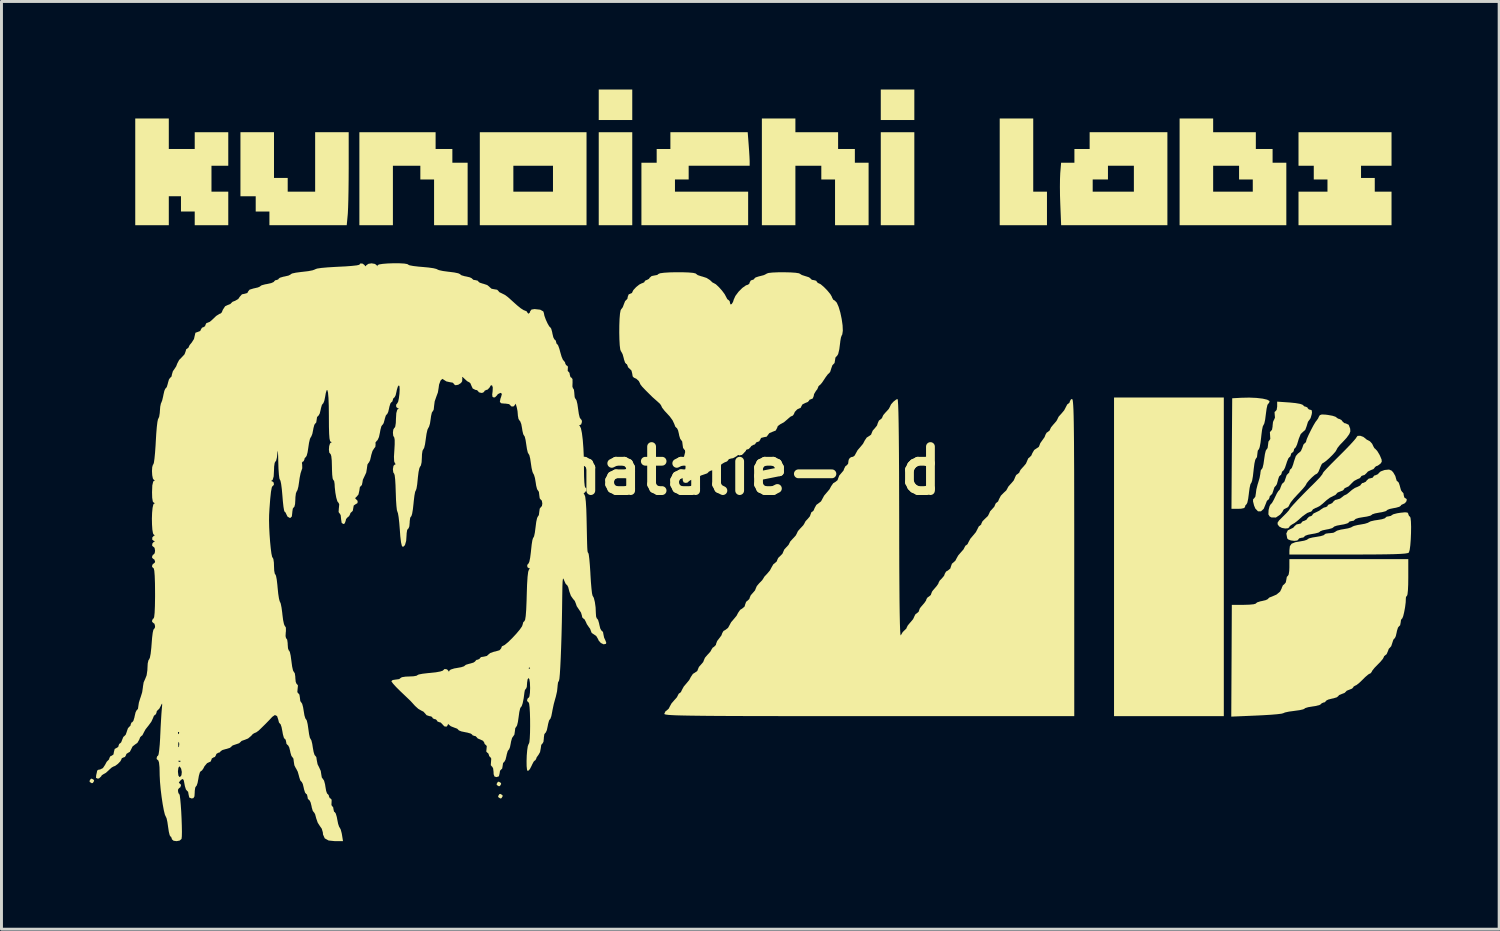
<source format=kicad_pcb>
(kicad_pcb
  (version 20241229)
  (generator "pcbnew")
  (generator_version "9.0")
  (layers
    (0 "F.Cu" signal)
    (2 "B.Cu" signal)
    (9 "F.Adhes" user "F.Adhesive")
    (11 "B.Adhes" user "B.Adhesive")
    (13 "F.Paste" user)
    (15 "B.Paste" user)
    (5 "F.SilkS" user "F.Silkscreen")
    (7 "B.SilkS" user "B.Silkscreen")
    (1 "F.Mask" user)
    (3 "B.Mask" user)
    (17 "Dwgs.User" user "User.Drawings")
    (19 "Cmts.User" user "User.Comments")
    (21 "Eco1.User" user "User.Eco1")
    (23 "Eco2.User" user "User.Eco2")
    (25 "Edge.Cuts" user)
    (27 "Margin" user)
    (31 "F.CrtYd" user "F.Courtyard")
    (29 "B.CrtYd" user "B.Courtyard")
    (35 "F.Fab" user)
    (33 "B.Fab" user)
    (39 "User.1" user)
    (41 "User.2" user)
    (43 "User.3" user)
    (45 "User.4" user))
  (footprint "natalie-md"
    (layer "F.Cu")
    (at 22.543 12.986)
    (property "Reference" "natalie-md" (at 0 0 0) (layer "F.SilkS") (effects (font (size 1.5 1.5) (thickness 0.3))))
    (attr board_only exclude_from_pos_files exclude_from_bom)
    (fp_poly (pts (xy -22.396 10.534) (xy -22.387 10.57) (xy -22.429 10.639) (xy -22.465 10.648) (xy -22.534 10.607) (xy -22.543 10.57) (xy -22.502 10.501) (xy -22.465 10.492)) (stroke (width 0) (type solid)) (fill yes) (layer "F.SilkS"))
    (fp_poly (pts (xy -8.528 10.638) (xy -8.519 10.674) (xy -8.56 10.743) (xy -8.597 10.752) (xy -8.665 10.711) (xy -8.674 10.674) (xy -8.633 10.605) (xy -8.597 10.596)) (stroke (width 0) (type solid)) (fill yes) (layer "F.SilkS"))
    (fp_poly (pts (xy -8.476 11.053) (xy -8.467 11.09) (xy -8.508 11.159) (xy -8.545 11.168) (xy -8.613 11.126) (xy -8.622 11.09) (xy -8.581 11.021) (xy -8.545 11.012)) (stroke (width 0) (type solid)) (fill yes) (layer "F.SilkS"))
    (fp_poly (pts (xy -4.052 -12.466) (xy -4.052 -11.947) (xy -4.623 -11.947) (xy -5.194 -11.947) (xy -5.194 -12.466) (xy -5.194 -12.986) (xy -4.623 -12.986) (xy -4.052 -12.986)) (stroke (width 0) (type solid)) (fill yes) (layer "F.SilkS"))
    (fp_poly (pts (xy -4.052 -9.947) (xy -4.052 -8.363) (xy -4.623 -8.363) (xy -5.194 -8.363) (xy -5.194 -9.947) (xy -5.194 -11.531) (xy -4.623 -11.531) (xy -4.052 -11.531)) (stroke (width 0) (type solid)) (fill yes) (layer "F.SilkS"))
    (fp_poly (pts (xy 5.558 -12.466) (xy 5.558 -11.947) (xy 4.987 -11.947) (xy 4.415 -11.947) (xy 4.415 -12.466) (xy 4.415 -12.986) (xy 4.987 -12.986) (xy 5.558 -12.986)) (stroke (width 0) (type solid)) (fill yes) (layer "F.SilkS"))
    (fp_poly (pts (xy 5.558 -9.947) (xy 5.558 -8.363) (xy 4.987 -8.363) (xy 4.415 -8.363) (xy 4.415 -9.947) (xy 4.415 -11.531) (xy 4.987 -11.531) (xy 5.558 -11.531)) (stroke (width 0) (type solid)) (fill yes) (layer "F.SilkS"))
    (fp_poly (pts (xy 16.102 2.935) (xy 16.102 8.363) (xy 14.232 8.363) (xy 12.362 8.363) (xy 12.362 2.935) (xy 12.362 -2.493) (xy 14.232 -2.493) (xy 16.102 -2.493)) (stroke (width 0) (type solid)) (fill yes) (layer "F.SilkS"))
    (fp_poly (pts (xy 9.609 -10.752) (xy 9.609 -9.506) (xy 9.843 -9.506) (xy 10.077 -9.506) (xy 10.077 -8.934) (xy 10.077 -8.363) (xy 9.272 -8.363) (xy 8.467 -8.363) (xy 8.467 -10.181) (xy 8.467 -11.999) (xy 9.038 -11.999) (xy 9.609 -11.999)) (stroke (width 0) (type solid)) (fill yes) (layer "F.SilkS"))
    (fp_poly (pts (xy -5.61 -9.947) (xy -5.61 -8.363) (xy -7.428 -8.363) (xy -9.246 -8.363) (xy -9.246 -9.947) (xy -9.246 -10.389) (xy -8.103 -10.389) (xy -8.103 -9.947) (xy -8.103 -9.506) (xy -7.428 -9.506) (xy -6.753 -9.506) (xy -6.753 -9.947) (xy -6.753 -10.389) (xy -7.428 -10.389) (xy -8.103 -10.389) (xy -9.246 -10.389) (xy -9.246 -11.531) (xy -7.428 -11.531) (xy -5.61 -11.531)) (stroke (width 0) (type solid)) (fill yes) (layer "F.SilkS"))
    (fp_poly (pts (xy -10.752 -11.246) (xy -10.752 -10.96) (xy -10.466 -10.96) (xy -10.181 -10.96) (xy -10.181 -10.726) (xy -10.181 -10.492) (xy -9.921 -10.492) (xy -9.661 -10.492) (xy -9.661 -9.428) (xy -9.661 -8.363) (xy -10.233 -8.363) (xy -10.804 -8.363) (xy -10.804 -9.142) (xy -10.804 -9.921) (xy -11.038 -9.921) (xy -11.272 -9.921) (xy -11.272 -10.155) (xy -11.272 -10.389) (xy -11.739 -10.389) (xy -12.207 -10.389) (xy -12.207 -9.376) (xy -12.207 -8.363) (xy -12.778 -8.363) (xy -13.349 -8.363) (xy -13.349 -9.947) (xy -13.349 -11.531) (xy -12.051 -11.531) (xy -10.752 -11.531)) (stroke (width 0) (type solid)) (fill yes) (layer "F.SilkS"))
    (fp_poly (pts (xy -0.086 -11.103) (xy -0.07 -10.883) (xy -0.058 -10.686) (xy -0.052 -10.55) (xy -0.052 -10.531) (xy -0.052 -10.389) (xy -1.091 -10.389) (xy -2.13 -10.389) (xy -2.13 -10.155) (xy -2.13 -9.921) (xy -2.363 -9.921) (xy -2.597 -9.921) (xy -2.597 -9.713) (xy -2.597 -9.506) (xy -1.351 -9.506) (xy -0.104 -9.506) (xy -0.104 -8.934) (xy -0.104 -8.363) (xy -1.922 -8.363) (xy -3.74 -8.363) (xy -3.74 -9.428) (xy -3.74 -10.492) (xy -3.48 -10.492) (xy -3.22 -10.492) (xy -3.22 -10.726) (xy -3.22 -10.96) (xy -2.987 -10.96) (xy -2.753 -10.96) (xy -2.753 -11.246) (xy -2.753 -11.531) (xy -1.436 -11.531) (xy -0.119 -11.531)) (stroke (width 0) (type solid)) (fill yes) (layer "F.SilkS"))
    (fp_poly (pts (xy 1.506 -11.765) (xy 1.506 -11.531) (xy 2.234 -11.531) (xy 2.961 -11.531) (xy 2.961 -11.246) (xy 2.961 -10.96) (xy 3.246 -10.96) (xy 3.532 -10.96) (xy 3.532 -10.726) (xy 3.532 -10.492) (xy 3.766 -10.492) (xy 4 -10.492) (xy 4 -9.428) (xy 4 -8.363) (xy 3.428 -8.363) (xy 2.857 -8.363) (xy 2.857 -9.142) (xy 2.857 -9.921) (xy 2.623 -9.921) (xy 2.389 -9.921) (xy 2.389 -10.155) (xy 2.389 -10.389) (xy 1.948 -10.389) (xy 1.506 -10.389) (xy 1.506 -9.376) (xy 1.506 -8.363) (xy 0.935 -8.363) (xy 0.364 -8.363) (xy 0.364 -10.181) (xy 0.364 -11.999) (xy 0.935 -11.999) (xy 1.506 -11.999)) (stroke (width 0) (type solid)) (fill yes) (layer "F.SilkS"))
    (fp_poly (pts (xy 21.816 -10.96) (xy 21.816 -10.389) (xy 21.297 -10.389) (xy 20.777 -10.389) (xy 20.777 -10.181) (xy 20.777 -9.973) (xy 21.011 -9.973) (xy 21.245 -9.973) (xy 21.245 -9.739) (xy 21.245 -9.506) (xy 21.53 -9.506) (xy 21.816 -9.506) (xy 21.816 -8.934) (xy 21.816 -8.363) (xy 20.232 -8.363) (xy 18.647 -8.363) (xy 18.647 -8.934) (xy 18.647 -9.506) (xy 19.141 -9.506) (xy 19.634 -9.506) (xy 19.634 -9.713) (xy 19.634 -9.921) (xy 19.401 -9.921) (xy 19.167 -9.921) (xy 19.167 -10.155) (xy 19.167 -10.389) (xy 18.907 -10.389) (xy 18.647 -10.389) (xy 18.647 -10.96) (xy 18.647 -11.531) (xy 20.232 -11.531) (xy 21.816 -11.531)) (stroke (width 0) (type solid)) (fill yes) (layer "F.SilkS"))
    (fp_poly (pts (xy -16.258 -10.752) (xy -16.258 -9.973) (xy -16.024 -9.973) (xy -15.791 -9.973) (xy -15.791 -9.739) (xy -15.791 -9.506) (xy -15.323 -9.506) (xy -14.856 -9.506) (xy -14.856 -10.518) (xy -14.856 -11.531) (xy -14.284 -11.531) (xy -13.713 -11.531) (xy -13.713 -10.298) (xy -13.715 -9.926) (xy -13.719 -9.568) (xy -13.725 -9.243) (xy -13.733 -8.973) (xy -13.742 -8.776) (xy -13.747 -8.713) (xy -13.78 -8.363) (xy -15.097 -8.363) (xy -16.414 -8.363) (xy -16.414 -8.597) (xy -16.414 -8.83) (xy -16.648 -8.83) (xy -16.881 -8.83) (xy -16.881 -9.09) (xy -16.881 -9.35) (xy -17.141 -9.35) (xy -17.401 -9.35) (xy -17.401 -10.44) (xy -17.401 -11.531) (xy -16.829 -11.531) (xy -16.258 -11.531)) (stroke (width 0) (type solid)) (fill yes) (layer "F.SilkS"))
    (fp_poly (pts (xy 15.739 -11.765) (xy 15.739 -11.531) (xy 16.466 -11.531) (xy 17.193 -11.531) (xy 17.193 -11.246) (xy 17.193 -10.96) (xy 17.479 -10.96) (xy 17.764 -10.96) (xy 17.764 -10.726) (xy 17.764 -10.492) (xy 17.998 -10.492) (xy 18.232 -10.492) (xy 18.232 -9.428) (xy 18.232 -8.363) (xy 16.414 -8.363) (xy 14.596 -8.363) (xy 14.596 -10.181) (xy 14.596 -10.389) (xy 15.739 -10.389) (xy 15.739 -9.947) (xy 15.739 -9.506) (xy 16.414 -9.506) (xy 17.089 -9.506) (xy 17.089 -9.713) (xy 17.089 -9.921) (xy 16.855 -9.921) (xy 16.622 -9.921) (xy 16.622 -10.155) (xy 16.622 -10.389) (xy 16.18 -10.389) (xy 15.739 -10.389) (xy 14.596 -10.389) (xy 14.596 -11.999) (xy 15.167 -11.999) (xy 15.739 -11.999)) (stroke (width 0) (type solid)) (fill yes) (layer "F.SilkS"))
    (fp_poly (pts (xy -19.842 -11.479) (xy -19.842 -10.96) (xy -19.401 -10.96) (xy -18.959 -10.96) (xy -18.959 -11.246) (xy -18.959 -11.531) (xy -18.388 -11.531) (xy -17.816 -11.531) (xy -17.816 -10.96) (xy -17.816 -10.389) (xy -18.102 -10.389) (xy -18.388 -10.389) (xy -18.388 -9.947) (xy -18.388 -9.506) (xy -18.102 -9.506) (xy -17.816 -9.506) (xy -17.816 -8.934) (xy -17.816 -8.363) (xy -18.388 -8.363) (xy -18.959 -8.363) (xy -18.959 -8.597) (xy -18.959 -8.83) (xy -19.193 -8.83) (xy -19.427 -8.83) (xy -19.427 -9.09) (xy -19.427 -9.35) (xy -19.634 -9.35) (xy -19.842 -9.35) (xy -19.842 -8.856) (xy -19.842 -8.363) (xy -20.413 -8.363) (xy -20.985 -8.363) (xy -20.985 -10.181) (xy -20.985 -11.999) (xy -20.413 -11.999) (xy -19.842 -11.999)) (stroke (width 0) (type solid)) (fill yes) (layer "F.SilkS"))
    (fp_poly (pts (xy 14.18 -9.947) (xy 14.18 -8.363) (xy 12.37 -8.363) (xy 10.56 -8.363) (xy 10.531 -9.077) (xy 10.521 -9.377) (xy 10.52 -9.506) (xy 11.635 -9.506) (xy 12.336 -9.506) (xy 13.038 -9.506) (xy 13.038 -9.947) (xy 13.038 -10.389) (xy 12.596 -10.389) (xy 12.155 -10.389) (xy 12.155 -10.155) (xy 12.155 -9.921) (xy 11.895 -9.921) (xy 11.635 -9.921) (xy 11.635 -9.713) (xy 11.635 -9.506) (xy 10.52 -9.506) (xy 10.518 -9.674) (xy 10.521 -9.937) (xy 10.529 -10.132) (xy 10.53 -10.142) (xy 10.559 -10.492) (xy 10.785 -10.492) (xy 11.012 -10.492) (xy 11.012 -10.726) (xy 11.012 -10.96) (xy 11.272 -10.96) (xy 11.531 -10.96) (xy 11.531 -11.246) (xy 11.531 -11.531) (xy 12.856 -11.531) (xy 14.18 -11.531)) (stroke (width 0) (type solid)) (fill yes) (layer "F.SilkS"))
    (fp_poly (pts (xy 17.219 -2.479) (xy 17.43 -2.454) (xy 17.582 -2.418) (xy 17.657 -2.373) (xy 17.661 -2.359) (xy 17.635 -2.293) (xy 17.615 -2.285) (xy 17.588 -2.238) (xy 17.56 -2.113) (xy 17.536 -1.937) (xy 17.534 -1.922) (xy 17.511 -1.743) (xy 17.483 -1.613) (xy 17.457 -1.559) (xy 17.455 -1.558) (xy 17.431 -1.511) (xy 17.404 -1.384) (xy 17.381 -1.202) (xy 17.375 -1.143) (xy 17.352 -0.95) (xy 17.325 -0.805) (xy 17.299 -0.731) (xy 17.292 -0.727) (xy 17.259 -0.682) (xy 17.245 -0.573) (xy 17.245 -0.571) (xy 17.232 -0.462) (xy 17.199 -0.416) (xy 17.198 -0.416) (xy 17.173 -0.368) (xy 17.145 -0.241) (xy 17.121 -0.059) (xy 17.115 0) (xy 17.093 0.193) (xy 17.067 0.338) (xy 17.042 0.411) (xy 17.035 0.416) (xy 17.009 0.463) (xy 16.981 0.588) (xy 16.957 0.764) (xy 16.956 0.779) (xy 16.932 0.958) (xy 16.904 1.088) (xy 16.877 1.142) (xy 16.875 1.143) (xy 16.835 1.185) (xy 16.829 1.221) (xy 16.799 1.272) (xy 16.695 1.295) (xy 16.596 1.299) (xy 16.363 1.299) (xy 16.375 -0.584) (xy 16.388 -2.467) (xy 16.7 -2.484) (xy 16.969 -2.49)) (stroke (width 0) (type solid)) (fill yes) (layer "F.SilkS"))
    (fp_poly (pts (xy 22.359 1.427) (xy 22.386 1.464) (xy 22.387 1.479) (xy 22.415 1.549) (xy 22.44 1.558) (xy 22.463 1.606) (xy 22.477 1.733) (xy 22.483 1.914) (xy 22.48 2.125) (xy 22.471 2.343) (xy 22.456 2.541) (xy 22.435 2.697) (xy 22.409 2.785) (xy 22.404 2.792) (xy 22.363 2.809) (xy 22.272 2.824) (xy 22.122 2.835) (xy 21.905 2.844) (xy 21.614 2.85) (xy 21.242 2.854) (xy 20.779 2.856) (xy 20.339 2.857) (xy 18.336 2.857) (xy 18.337 2.714) (xy 18.352 2.574) (xy 18.412 2.488) (xy 18.538 2.437) (xy 18.687 2.412) (xy 18.839 2.385) (xy 18.938 2.353) (xy 18.959 2.334) (xy 19.006 2.306) (xy 19.127 2.276) (xy 19.245 2.257) (xy 19.401 2.23) (xy 19.505 2.198) (xy 19.53 2.176) (xy 19.576 2.145) (xy 19.688 2.13) (xy 19.708 2.13) (xy 19.832 2.116) (xy 19.9 2.083) (xy 19.903 2.078) (xy 19.96 2.043) (xy 20.087 2.008) (xy 20.18 1.993) (xy 20.335 1.965) (xy 20.442 1.932) (xy 20.468 1.914) (xy 20.533 1.883) (xy 20.664 1.851) (xy 20.754 1.836) (xy 20.908 1.808) (xy 21.015 1.774) (xy 21.041 1.757) (xy 21.105 1.725) (xy 21.239 1.694) (xy 21.339 1.68) (xy 21.49 1.654) (xy 21.588 1.622) (xy 21.608 1.603) (xy 21.652 1.566) (xy 21.708 1.558) (xy 21.799 1.538) (xy 21.825 1.514) (xy 21.882 1.483) (xy 22.009 1.451) (xy 22.115 1.434) (xy 22.276 1.418)) (stroke (width 0) (type solid)) (fill yes) (layer "F.SilkS"))
    (fp_poly (pts (xy 20.856 -1.151) (xy 20.9 -1.117) (xy 20.977 -1.054) (xy 21.011 -1.039) (xy 21.08 -1.001) (xy 21.155 -0.919) (xy 21.192 -0.841) (xy 21.193 -0.837) (xy 21.232 -0.767) (xy 21.263 -0.743) (xy 21.329 -0.672) (xy 21.405 -0.546) (xy 21.424 -0.508) (xy 21.478 -0.379) (xy 21.483 -0.303) (xy 21.442 -0.242) (xy 21.435 -0.235) (xy 21.347 -0.171) (xy 21.3 -0.156) (xy 21.247 -0.119) (xy 21.245 -0.105) (xy 21.201 -0.055) (xy 21.118 -0.022) (xy 21.011 0.029) (xy 20.964 0.083) (xy 20.894 0.148) (xy 20.857 0.156) (xy 20.786 0.183) (xy 20.777 0.207) (xy 20.733 0.257) (xy 20.657 0.288) (xy 20.538 0.351) (xy 20.442 0.445) (xy 20.353 0.535) (xy 20.276 0.571) (xy 20.212 0.601) (xy 20.206 0.622) (xy 20.162 0.672) (xy 20.076 0.706) (xy 19.979 0.745) (xy 19.946 0.781) (xy 19.903 0.829) (xy 19.834 0.86) (xy 19.713 0.922) (xy 19.602 1.006) (xy 19.459 1.135) (xy 19.358 1.211) (xy 19.269 1.256) (xy 19.228 1.27) (xy 19.139 1.316) (xy 19.115 1.354) (xy 19.074 1.399) (xy 19.048 1.402) (xy 18.943 1.441) (xy 18.789 1.55) (xy 18.629 1.691) (xy 18.516 1.781) (xy 18.427 1.832) (xy 18.35 1.886) (xy 18.336 1.92) (xy 18.294 1.961) (xy 18.195 1.97) (xy 18.081 1.95) (xy 17.992 1.903) (xy 17.985 1.896) (xy 17.937 1.83) (xy 17.934 1.771) (xy 17.986 1.693) (xy 18.105 1.574) (xy 18.128 1.552) (xy 18.242 1.438) (xy 18.318 1.352) (xy 18.336 1.323) (xy 18.371 1.27) (xy 18.47 1.157) (xy 18.62 0.995) (xy 18.811 0.798) (xy 19.031 0.576) (xy 19.205 0.405) (xy 19.374 0.23) (xy 19.463 0.117) (xy 19.479 0.076) (xy 19.514 0.03) (xy 19.611 -0.075) (xy 19.756 -0.226) (xy 19.939 -0.409) (xy 20.05 -0.519) (xy 20.247 -0.717) (xy 20.415 -0.892) (xy 20.54 -1.03) (xy 20.611 -1.117) (xy 20.621 -1.138) (xy 20.661 -1.186) (xy 20.752 -1.189)) (stroke (width 0) (type solid)) (fill yes) (layer "F.SilkS"))
    (fp_poly (pts (xy 19.57 -1.909) (xy 19.648 -1.899) (xy 19.804 -1.871) (xy 19.91 -1.836) (xy 19.937 -1.815) (xy 19.997 -1.771) (xy 20.03 -1.766) (xy 20.113 -1.724) (xy 20.135 -1.688) (xy 20.206 -1.621) (xy 20.258 -1.61) (xy 20.356 -1.564) (xy 20.407 -1.432) (xy 20.413 -1.339) (xy 20.378 -1.248) (xy 20.285 -1.119) (xy 20.18 -1.005) (xy 20.057 -0.877) (xy 19.973 -0.772) (xy 19.946 -0.718) (xy 19.91 -0.655) (xy 19.821 -0.553) (xy 19.705 -0.437) (xy 19.589 -0.334) (xy 19.5 -0.269) (xy 19.474 -0.26) (xy 19.434 -0.216) (xy 19.385 -0.107) (xy 19.375 -0.078) (xy 19.325 0.041) (xy 19.278 0.102) (xy 19.271 0.104) (xy 19.207 0.139) (xy 19.109 0.224) (xy 19.006 0.328) (xy 18.929 0.422) (xy 18.907 0.467) (xy 18.873 0.522) (xy 18.783 0.629) (xy 18.655 0.768) (xy 18.621 0.803) (xy 18.486 0.95) (xy 18.385 1.076) (xy 18.337 1.158) (xy 18.336 1.168) (xy 18.293 1.24) (xy 18.232 1.273) (xy 18.148 1.315) (xy 18.128 1.344) (xy 18.096 1.406) (xy 18.022 1.497) (xy 17.877 1.596) (xy 17.726 1.593) (xy 17.667 1.563) (xy 17.621 1.49) (xy 17.627 1.348) (xy 17.63 1.33) (xy 17.662 1.208) (xy 17.697 1.145) (xy 17.703 1.143) (xy 17.744 1.099) (xy 17.806 0.989) (xy 17.844 0.909) (xy 17.909 0.775) (xy 17.962 0.69) (xy 17.98 0.676) (xy 18.015 0.631) (xy 18.045 0.545) (xy 18.086 0.448) (xy 18.125 0.416) (xy 18.167 0.371) (xy 18.205 0.263) (xy 18.206 0.26) (xy 18.244 0.151) (xy 18.287 0.104) (xy 18.288 0.104) (xy 18.33 0.062) (xy 18.336 0.026) (xy 18.361 -0.043) (xy 18.383 -0.052) (xy 18.42 -0.098) (xy 18.465 -0.215) (xy 18.491 -0.31) (xy 18.556 -0.499) (xy 18.636 -0.592) (xy 18.649 -0.598) (xy 18.727 -0.666) (xy 18.778 -0.781) (xy 18.815 -0.89) (xy 18.859 -0.935) (xy 18.859 -0.935) (xy 18.903 -0.977) (xy 18.907 -1.006) (xy 18.931 -1.084) (xy 18.991 -1.22) (xy 19.071 -1.382) (xy 19.155 -1.541) (xy 19.227 -1.662) (xy 19.268 -1.714) (xy 19.315 -1.78) (xy 19.34 -1.838) (xy 19.375 -1.893) (xy 19.442 -1.915)) (stroke (width 0) (type solid)) (fill yes) (layer "F.SilkS"))
    (fp_poly (pts (xy 18.347 -2.323) (xy 18.546 -2.303) (xy 18.701 -2.276) (xy 18.785 -2.247) (xy 18.793 -2.238) (xy 18.854 -2.186) (xy 18.886 -2.182) (xy 18.952 -2.152) (xy 18.959 -2.13) (xy 19.002 -2.085) (xy 19.044 -2.078) (xy 19.098 -2.057) (xy 19.106 -1.978) (xy 19.094 -1.909) (xy 19.058 -1.789) (xy 19.015 -1.725) (xy 19.012 -1.723) (xy 18.97 -1.666) (xy 18.933 -1.547) (xy 18.929 -1.53) (xy 18.878 -1.392) (xy 18.802 -1.324) (xy 18.723 -1.249) (xy 18.655 -1.083) (xy 18.642 -1.037) (xy 18.597 -0.891) (xy 18.554 -0.797) (xy 18.534 -0.779) (xy 18.496 -0.737) (xy 18.492 -0.701) (xy 18.464 -0.632) (xy 18.44 -0.623) (xy 18.394 -0.581) (xy 18.388 -0.545) (xy 18.363 -0.476) (xy 18.343 -0.467) (xy 18.303 -0.422) (xy 18.255 -0.307) (xy 18.232 -0.234) (xy 18.185 -0.096) (xy 18.139 -0.012) (xy 18.121 0) (xy 18.081 0.042) (xy 18.076 0.078) (xy 18.049 0.147) (xy 18.026 0.156) (xy 17.985 0.201) (xy 17.948 0.313) (xy 17.943 0.338) (xy 17.91 0.457) (xy 17.873 0.518) (xy 17.867 0.519) (xy 17.827 0.564) (xy 17.791 0.672) (xy 17.79 0.675) (xy 17.753 0.784) (xy 17.709 0.831) (xy 17.708 0.831) (xy 17.666 0.873) (xy 17.661 0.909) (xy 17.635 0.978) (xy 17.614 0.987) (xy 17.569 1.031) (xy 17.534 1.123) (xy 17.462 1.298) (xy 17.367 1.386) (xy 17.266 1.384) (xy 17.175 1.289) (xy 17.132 1.185) (xy 17.097 1.042) (xy 17.102 0.969) (xy 17.13 0.947) (xy 17.176 0.886) (xy 17.193 0.781) (xy 17.211 0.64) (xy 17.255 0.465) (xy 17.271 0.416) (xy 17.32 0.25) (xy 17.347 0.105) (xy 17.349 0.071) (xy 17.365 -0.023) (xy 17.395 -0.052) (xy 17.423 -0.099) (xy 17.453 -0.223) (xy 17.477 -0.39) (xy 17.502 -0.561) (xy 17.532 -0.683) (xy 17.561 -0.727) (xy 17.594 -0.772) (xy 17.609 -0.881) (xy 17.609 -0.883) (xy 17.623 -0.992) (xy 17.659 -1.039) (xy 17.659 -1.039) (xy 17.686 -1.083) (xy 17.679 -1.192) (xy 17.679 -1.195) (xy 17.672 -1.314) (xy 17.706 -1.351) (xy 17.745 -1.396) (xy 17.764 -1.508) (xy 17.764 -1.529) (xy 17.778 -1.659) (xy 17.812 -1.737) (xy 17.817 -1.74) (xy 17.845 -1.809) (xy 17.837 -1.899) (xy 17.831 -1.999) (xy 17.863 -2.026) (xy 17.902 -2.071) (xy 17.92 -2.181) (xy 17.92 -2.189) (xy 17.92 -2.352)) (stroke (width 0) (type solid)) (fill yes) (layer "F.SilkS"))
    (fp_poly (pts (xy 22.387 3.636) (xy 22.384 3.877) (xy 22.375 4.074) (xy 22.361 4.208) (xy 22.345 4.259) (xy 22.344 4.259) (xy 22.309 4.302) (xy 22.304 4.35) (xy 22.299 4.485) (xy 22.278 4.652) (xy 22.247 4.819) (xy 22.214 4.956) (xy 22.183 5.032) (xy 22.174 5.038) (xy 22.139 5.083) (xy 22.128 5.168) (xy 22.11 5.266) (xy 22.076 5.298) (xy 22.037 5.344) (xy 22.001 5.459) (xy 21.992 5.506) (xy 21.962 5.636) (xy 21.928 5.708) (xy 21.917 5.714) (xy 21.879 5.758) (xy 21.843 5.866) (xy 21.842 5.87) (xy 21.806 5.979) (xy 21.766 6.025) (xy 21.766 6.025) (xy 21.723 6.069) (xy 21.691 6.155) (xy 21.649 6.252) (xy 21.607 6.285) (xy 21.559 6.326) (xy 21.556 6.345) (xy 21.521 6.412) (xy 21.431 6.519) (xy 21.348 6.603) (xy 21.233 6.721) (xy 21.158 6.816) (xy 21.141 6.854) (xy 21.101 6.906) (xy 21.087 6.908) (xy 21.023 6.943) (xy 20.918 7.033) (xy 20.835 7.116) (xy 20.715 7.231) (xy 20.617 7.307) (xy 20.577 7.324) (xy 20.521 7.358) (xy 20.517 7.375) (xy 20.473 7.424) (xy 20.388 7.458) (xy 20.29 7.497) (xy 20.258 7.532) (xy 20.214 7.573) (xy 20.128 7.605) (xy 20.031 7.645) (xy 19.998 7.684) (xy 19.952 7.721) (xy 19.838 7.756) (xy 19.79 7.765) (xy 19.66 7.798) (xy 19.588 7.836) (xy 19.582 7.848) (xy 19.541 7.891) (xy 19.509 7.895) (xy 19.431 7.927) (xy 19.418 7.948) (xy 19.36 7.984) (xy 19.232 8.017) (xy 19.128 8.033) (xy 18.976 8.058) (xy 18.877 8.088) (xy 18.855 8.106) (xy 18.808 8.131) (xy 18.684 8.159) (xy 18.509 8.183) (xy 18.505 8.184) (xy 18.324 8.208) (xy 18.188 8.237) (xy 18.127 8.263) (xy 18.068 8.279) (xy 17.924 8.297) (xy 17.711 8.315) (xy 17.447 8.331) (xy 17.228 8.342) (xy 16.356 8.379) (xy 16.366 6.475) (xy 16.375 4.571) (xy 16.784 4.571) (xy 16.975 4.565) (xy 17.119 4.551) (xy 17.19 4.53) (xy 17.193 4.524) (xy 17.239 4.486) (xy 17.353 4.45) (xy 17.401 4.441) (xy 17.531 4.41) (xy 17.603 4.375) (xy 17.609 4.364) (xy 17.653 4.322) (xy 17.739 4.29) (xy 17.897 4.221) (xy 18.02 4.118) (xy 18.075 4.006) (xy 18.076 3.994) (xy 18.117 3.902) (xy 18.154 3.877) (xy 18.213 3.808) (xy 18.232 3.716) (xy 18.249 3.617) (xy 18.284 3.584) (xy 18.312 3.537) (xy 18.331 3.416) (xy 18.336 3.298) (xy 18.336 3.013) (xy 20.362 3.013) (xy 22.387 3.013)) (stroke (width 0) (type solid)) (fill yes) (layer "F.SilkS"))
    (fp_poly (pts (xy 21.822 0.000077) (xy 21.876 0.061) (xy 21.945 0.18) (xy 21.971 0.273) (xy 21.995 0.35) (xy 22.021 0.364) (xy 22.063 0.409) (xy 22.1 0.521) (xy 22.105 0.545) (xy 22.139 0.665) (xy 22.179 0.726) (xy 22.185 0.727) (xy 22.223 0.771) (xy 22.231 0.831) (xy 22.253 0.915) (xy 22.283 0.935) (xy 22.334 0.968) (xy 22.327 1.038) (xy 22.275 1.106) (xy 22.231 1.128) (xy 22.147 1.167) (xy 22.128 1.198) (xy 22.081 1.23) (xy 21.964 1.263) (xy 21.894 1.275) (xy 21.755 1.304) (xy 21.671 1.337) (xy 21.66 1.352) (xy 21.614 1.381) (xy 21.495 1.413) (xy 21.4 1.428) (xy 21.253 1.456) (xy 21.158 1.488) (xy 21.141 1.505) (xy 21.094 1.534) (xy 20.973 1.564) (xy 20.855 1.582) (xy 20.699 1.609) (xy 20.595 1.643) (xy 20.569 1.666) (xy 20.526 1.705) (xy 20.465 1.714) (xy 20.381 1.734) (xy 20.362 1.761) (xy 20.315 1.794) (xy 20.196 1.828) (xy 20.102 1.844) (xy 19.954 1.872) (xy 19.86 1.905) (xy 19.842 1.924) (xy 19.796 1.957) (xy 19.679 1.99) (xy 19.608 2.003) (xy 19.469 2.032) (xy 19.386 2.065) (xy 19.375 2.079) (xy 19.328 2.109) (xy 19.209 2.14) (xy 19.115 2.156) (xy 18.967 2.184) (xy 18.873 2.219) (xy 18.855 2.238) (xy 18.812 2.277) (xy 18.751 2.285) (xy 18.667 2.307) (xy 18.647 2.337) (xy 18.605 2.379) (xy 18.504 2.391) (xy 18.387 2.377) (xy 18.292 2.34) (xy 18.263 2.307) (xy 18.232 2.142) (xy 18.282 2.033) (xy 18.358 1.996) (xy 18.466 1.945) (xy 18.512 1.891) (xy 18.581 1.831) (xy 18.646 1.818) (xy 18.731 1.797) (xy 18.751 1.766) (xy 18.794 1.72) (xy 18.831 1.714) (xy 18.918 1.672) (xy 18.94 1.636) (xy 19.006 1.567) (xy 19.043 1.558) (xy 19.108 1.53) (xy 19.115 1.51) (xy 19.158 1.458) (xy 19.229 1.425) (xy 19.354 1.364) (xy 19.415 1.318) (xy 19.511 1.257) (xy 19.56 1.247) (xy 19.627 1.217) (xy 19.634 1.195) (xy 19.677 1.149) (xy 19.714 1.143) (xy 19.801 1.101) (xy 19.823 1.065) (xy 19.894 0.998) (xy 19.948 0.987) (xy 20.062 0.952) (xy 20.12 0.909) (xy 20.198 0.846) (xy 20.232 0.831) (xy 20.294 0.801) (xy 20.337 0.766) (xy 20.472 0.652) (xy 20.569 0.587) (xy 20.664 0.548) (xy 20.753 0.502) (xy 20.777 0.464) (xy 20.819 0.421) (xy 20.857 0.416) (xy 20.943 0.374) (xy 20.966 0.338) (xy 21.037 0.272) (xy 21.094 0.26) (xy 21.176 0.237) (xy 21.193 0.208) (xy 21.235 0.162) (xy 21.272 0.156) (xy 21.359 0.115) (xy 21.38 0.083) (xy 21.445 0.026) (xy 21.57 -0.02) (xy 21.595 -0.025) (xy 21.733 -0.038)) (stroke (width 0) (type solid)) (fill yes) (layer "F.SilkS"))
    (fp_poly (pts (xy -2.336 -6.76) (xy -2.134 -6.753) (xy -1.977 -6.739) (xy -1.891 -6.718) (xy -1.881 -6.709) (xy -1.822 -6.663) (xy -1.701 -6.623) (xy -1.671 -6.616) (xy -1.52 -6.567) (xy -1.405 -6.494) (xy -1.396 -6.485) (xy -1.317 -6.411) (xy -1.272 -6.389) (xy -1.204 -6.351) (xy -1.103 -6.257) (xy -0.994 -6.135) (xy -0.904 -6.014) (xy -0.86 -5.931) (xy -0.813 -5.842) (xy -0.776 -5.818) (xy -0.733 -5.775) (xy -0.727 -5.74) (xy -0.709 -5.666) (xy -0.666 -5.674) (xy -0.618 -5.751) (xy -0.596 -5.826) (xy -0.538 -5.954) (xy -0.43 -6.098) (xy -0.301 -6.227) (xy -0.177 -6.315) (xy -0.106 -6.337) (xy -0.058 -6.379) (xy -0.052 -6.415) (xy -0.01 -6.484) (xy 0.026 -6.493) (xy 0.095 -6.52) (xy 0.104 -6.542) (xy 0.149 -6.583) (xy 0.263 -6.62) (xy 0.299 -6.628) (xy 0.434 -6.663) (xy 0.519 -6.706) (xy 0.526 -6.714) (xy 0.59 -6.736) (xy 0.73 -6.751) (xy 0.92 -6.759) (xy 1.131 -6.76) (xy 1.338 -6.755) (xy 1.513 -6.743) (xy 1.628 -6.725) (xy 1.657 -6.71) (xy 1.725 -6.667) (xy 1.848 -6.627) (xy 1.857 -6.625) (xy 1.971 -6.588) (xy 2.025 -6.545) (xy 2.026 -6.541) (xy 2.069 -6.502) (xy 2.13 -6.493) (xy 2.214 -6.471) (xy 2.234 -6.441) (xy 2.274 -6.391) (xy 2.292 -6.389) (xy 2.367 -6.352) (xy 2.478 -6.258) (xy 2.596 -6.137) (xy 2.696 -6.016) (xy 2.75 -5.923) (xy 2.753 -5.905) (xy 2.796 -5.825) (xy 2.85 -5.794) (xy 2.915 -5.726) (xy 2.979 -5.582) (xy 3.037 -5.387) (xy 3.083 -5.168) (xy 3.114 -4.953) (xy 3.122 -4.768) (xy 3.103 -4.64) (xy 3.084 -4.607) (xy 3.058 -4.538) (xy 3.036 -4.41) (xy 3.033 -4.378) (xy 3.002 -4.136) (xy 2.963 -3.973) (xy 2.917 -3.899) (xy 2.905 -3.896) (xy 2.869 -3.851) (xy 2.857 -3.766) (xy 2.84 -3.668) (xy 2.809 -3.636) (xy 2.766 -3.591) (xy 2.728 -3.483) (xy 2.727 -3.48) (xy 2.693 -3.371) (xy 2.658 -3.324) (xy 2.657 -3.324) (xy 2.611 -3.284) (xy 2.535 -3.182) (xy 2.493 -3.117) (xy 2.41 -2.994) (xy 2.344 -2.919) (xy 2.325 -2.909) (xy 2.287 -2.868) (xy 2.285 -2.853) (xy 2.252 -2.774) (xy 2.208 -2.72) (xy 2.142 -2.609) (xy 2.13 -2.541) (xy 2.096 -2.459) (xy 2.052 -2.441) (xy 1.983 -2.414) (xy 1.974 -2.39) (xy 1.93 -2.341) (xy 1.844 -2.307) (xy 1.746 -2.258) (xy 1.714 -2.202) (xy 1.682 -2.137) (xy 1.658 -2.13) (xy 1.57 -2.09) (xy 1.487 -2.004) (xy 1.454 -1.926) (xy 1.415 -1.872) (xy 1.4 -1.87) (xy 1.33 -1.835) (xy 1.235 -1.751) (xy 1.231 -1.747) (xy 1.112 -1.647) (xy 1 -1.588) (xy 0.907 -1.522) (xy 0.883 -1.455) (xy 0.836 -1.368) (xy 0.727 -1.325) (xy 0.618 -1.279) (xy 0.571 -1.218) (xy 0.571 -1.217) (xy 0.526 -1.158) (xy 0.442 -1.143) (xy 0.337 -1.116) (xy 0.312 -1.065) (xy 0.27 -0.996) (xy 0.234 -0.987) (xy 0.165 -0.959) (xy 0.156 -0.935) (xy 0.114 -0.888) (xy 0.083 -0.883) (xy 0.003 -0.841) (xy -0.019 -0.805) (xy -0.088 -0.736) (xy -0.128 -0.727) (xy -0.198 -0.701) (xy -0.208 -0.679) (xy -0.251 -0.627) (xy -0.322 -0.594) (xy -0.447 -0.533) (xy -0.508 -0.487) (xy -0.619 -0.425) (xy -0.679 -0.416) (xy -0.761 -0.393) (xy -0.779 -0.365) (xy -0.823 -0.315) (xy -0.909 -0.281) (xy -1.012 -0.222) (xy -1.039 -0.157) (xy -1.073 -0.088) (xy -1.186 -0.043) (xy -1.247 -0.032) (xy -1.376 -0.001) (xy -1.449 0.037) (xy -1.454 0.048) (xy -1.499 0.091) (xy -1.607 0.129) (xy -1.61 0.13) (xy -1.719 0.167) (xy -1.766 0.209) (xy -1.766 0.21) (xy -1.811 0.248) (xy -1.923 0.284) (xy -1.948 0.289) (xy -2.068 0.323) (xy -2.128 0.363) (xy -2.13 0.369) (xy -2.173 0.407) (xy -2.234 0.416) (xy -2.302 0.398) (xy -2.332 0.328) (xy -2.337 0.208) (xy -2.326 0.078) (xy -2.297 0.005) (xy -2.285 0) (xy -2.245 -0.041) (xy -2.235 -0.133) (xy -2.254 -0.226) (xy -2.293 -0.271) (xy -2.324 -0.314) (xy -2.307 -0.422) (xy -2.285 -0.493) (xy -2.249 -0.635) (xy -2.259 -0.704) (xy -2.278 -0.716) (xy -2.321 -0.776) (xy -2.337 -0.887) (xy -2.351 -0.995) (xy -2.383 -1.039) (xy -2.418 -1.085) (xy -2.453 -1.199) (xy -2.461 -1.247) (xy -2.492 -1.376) (xy -2.529 -1.449) (xy -2.54 -1.454) (xy -2.585 -1.498) (xy -2.619 -1.588) (xy -2.678 -1.715) (xy -2.777 -1.851) (xy -2.794 -1.869) (xy -2.95 -2.038) (xy -3.038 -2.151) (xy -3.067 -2.218) (xy -3.067 -2.218) (xy -3.106 -2.276) (xy -3.196 -2.359) (xy -3.201 -2.363) (xy -3.365 -2.508) (xy -3.582 -2.723) (xy -3.714 -2.861) (xy -3.777 -2.943) (xy -3.792 -2.982) (xy -3.83 -3.055) (xy -3.914 -3.132) (xy -3.995 -3.168) (xy -3.996 -3.169) (xy -4.038 -3.213) (xy -4.052 -3.3) (xy -4.079 -3.411) (xy -4.129 -3.461) (xy -4.198 -3.527) (xy -4.207 -3.564) (xy -4.236 -3.629) (xy -4.257 -3.636) (xy -4.297 -3.682) (xy -4.335 -3.795) (xy -4.342 -3.831) (xy -4.38 -3.967) (xy -4.426 -4.055) (xy -4.436 -4.063) (xy -4.461 -4.129) (xy -4.479 -4.274) (xy -4.49 -4.475) (xy -4.495 -4.707) (xy -4.493 -4.947) (xy -4.485 -5.169) (xy -4.47 -5.351) (xy -4.448 -5.467) (xy -4.432 -5.495) (xy -4.375 -5.57) (xy -4.336 -5.675) (xy -4.295 -5.778) (xy -4.254 -5.818) (xy -4.216 -5.861) (xy -4.207 -5.921) (xy -4.175 -6.006) (xy -4.129 -6.025) (xy -4.06 -6.055) (xy -4.052 -6.08) (xy -4.013 -6.156) (xy -3.921 -6.254) (xy -3.811 -6.342) (xy -3.719 -6.388) (xy -3.706 -6.389) (xy -3.642 -6.42) (xy -3.636 -6.441) (xy -3.594 -6.488) (xy -3.564 -6.493) (xy -3.483 -6.535) (xy -3.461 -6.571) (xy -3.392 -6.631) (xy -3.304 -6.649) (xy -3.201 -6.668) (xy -3.16 -6.702) (xy -3.103 -6.726) (xy -2.967 -6.744) (xy -2.778 -6.756) (xy -2.559 -6.761)) (stroke (width 0) (type solid)) (fill yes) (layer "F.SilkS"))
    (fp_poly (pts (xy 10.943 -2.431) (xy 10.954 -2.395) (xy 10.963 -2.328) (xy 10.971 -2.224) (xy 10.979 -2.079) (xy 10.985 -1.886) (xy 10.99 -1.639) (xy 10.994 -1.334) (xy 10.998 -0.965) (xy 11 -0.525) (xy 11.003 -0.009) (xy 11.004 0.587) (xy 11.005 1.271) (xy 11.006 2.047) (xy 11.006 2.92) (xy 11.006 2.961) (xy 11.007 8.363) (xy 4.023 8.363) (xy 3.023 8.363) (xy 2.123 8.362) (xy 1.316 8.362) (xy 0.597 8.361) (xy -0.037 8.36) (xy -0.593 8.358) (xy -1.075 8.356) (xy -1.489 8.353) (xy -1.839 8.349) (xy -2.13 8.345) (xy -2.368 8.34) (xy -2.558 8.335) (xy -2.704 8.328) (xy -2.812 8.321) (xy -2.887 8.312) (xy -2.933 8.303) (xy -2.956 8.293) (xy -2.961 8.283) (xy -2.919 8.196) (xy -2.885 8.175) (xy -2.808 8.105) (xy -2.775 8.038) (xy -2.713 7.926) (xy -2.617 7.816) (xy -2.531 7.72) (xy -2.493 7.645) (xy -2.493 7.643) (xy -2.46 7.587) (xy -2.445 7.584) (xy -2.393 7.541) (xy -2.361 7.472) (xy -2.297 7.354) (xy -2.209 7.251) (xy -2.111 7.133) (xy -2.056 7.028) (xy -1.986 6.923) (xy -1.919 6.882) (xy -1.836 6.823) (xy -1.818 6.775) (xy -1.781 6.686) (xy -1.714 6.611) (xy -1.635 6.519) (xy -1.61 6.453) (xy -1.575 6.373) (xy -1.489 6.272) (xy -1.48 6.264) (xy -1.392 6.167) (xy -1.351 6.094) (xy -1.351 6.09) (xy -1.309 6.027) (xy -1.273 6.007) (xy -1.203 5.937) (xy -1.195 5.897) (xy -1.16 5.804) (xy -1.091 5.714) (xy -1.014 5.612) (xy -0.987 5.535) (xy -0.944 5.461) (xy -0.886 5.429) (xy -0.79 5.357) (xy -0.749 5.283) (xy -0.684 5.163) (xy -0.596 5.06) (xy -0.499 4.944) (xy -0.445 4.841) (xy -0.374 4.739) (xy -0.309 4.7) (xy -0.226 4.63) (xy -0.208 4.566) (xy -0.173 4.467) (xy -0.13 4.434) (xy -0.061 4.368) (xy -0.052 4.331) (xy -0.015 4.245) (xy 0.052 4.169) (xy 0.131 4.078) (xy 0.156 4.012) (xy 0.191 3.932) (xy 0.277 3.83) (xy 0.286 3.822) (xy 0.374 3.732) (xy 0.415 3.67) (xy 0.416 3.667) (xy 0.45 3.61) (xy 0.533 3.522) (xy 0.538 3.517) (xy 0.638 3.399) (xy 0.696 3.29) (xy 0.755 3.188) (xy 0.807 3.149) (xy 0.875 3.086) (xy 0.883 3.052) (xy 0.921 2.971) (xy 0.987 2.909) (xy 1.067 2.826) (xy 1.091 2.767) (xy 1.127 2.685) (xy 1.195 2.611) (xy 1.273 2.528) (xy 1.299 2.475) (xy 1.333 2.41) (xy 1.418 2.317) (xy 1.428 2.307) (xy 1.517 2.21) (xy 1.558 2.134) (xy 1.558 2.13) (xy 1.593 2.058) (xy 1.679 1.961) (xy 1.688 1.952) (xy 1.776 1.858) (xy 1.818 1.789) (xy 1.818 1.785) (xy 1.854 1.718) (xy 1.922 1.648) (xy 2.001 1.553) (xy 2.026 1.481) (xy 2.053 1.411) (xy 2.077 1.402) (xy 2.126 1.358) (xy 2.16 1.274) (xy 2.22 1.165) (xy 2.288 1.116) (xy 2.38 1.045) (xy 2.42 0.971) (xy 2.485 0.851) (xy 2.572 0.748) (xy 2.669 0.633) (xy 2.724 0.53) (xy 2.795 0.427) (xy 2.86 0.389) (xy 2.942 0.324) (xy 2.961 0.268) (xy 2.998 0.168) (xy 3.065 0.09) (xy 3.144 -0.003) (xy 3.169 -0.072) (xy 3.21 -0.152) (xy 3.246 -0.175) (xy 3.311 -0.245) (xy 3.324 -0.307) (xy 3.368 -0.404) (xy 3.426 -0.441) (xy 3.523 -0.513) (xy 3.561 -0.582) (xy 3.625 -0.698) (xy 3.713 -0.8) (xy 3.811 -0.918) (xy 3.865 -1.023) (xy 3.935 -1.128) (xy 4.002 -1.17) (xy 4.085 -1.228) (xy 4.103 -1.277) (xy 4.14 -1.365) (xy 4.207 -1.44) (xy 4.287 -1.539) (xy 4.311 -1.616) (xy 4.352 -1.708) (xy 4.389 -1.733) (xy 4.458 -1.792) (xy 4.467 -1.823) (xy 4.502 -1.897) (xy 4.588 -1.996) (xy 4.597 -2.004) (xy 4.685 -2.101) (xy 4.726 -2.175) (xy 4.727 -2.179) (xy 4.764 -2.258) (xy 4.848 -2.353) (xy 4.941 -2.425) (xy 4.987 -2.441) (xy 4.997 -2.39) (xy 5.007 -2.235) (xy 5.016 -1.978) (xy 5.023 -1.62) (xy 5.029 -1.162) (xy 5.034 -0.604) (xy 5.038 0.052) (xy 5.04 0.805) (xy 5.042 1.649) (xy 5.043 2.494) (xy 5.045 3.235) (xy 5.049 3.875) (xy 5.053 4.413) (xy 5.059 4.851) (xy 5.066 5.189) (xy 5.074 5.428) (xy 5.083 5.57) (xy 5.094 5.614) (xy 5.097 5.61) (xy 5.163 5.497) (xy 5.223 5.439) (xy 5.289 5.375) (xy 5.298 5.345) (xy 5.332 5.277) (xy 5.414 5.177) (xy 5.428 5.164) (xy 5.516 5.058) (xy 5.557 4.971) (xy 5.558 4.964) (xy 5.6 4.886) (xy 5.636 4.864) (xy 5.705 4.807) (xy 5.714 4.777) (xy 5.745 4.692) (xy 5.779 4.647) (xy 5.897 4.51) (xy 5.957 4.424) (xy 5.973 4.371) (xy 6.015 4.312) (xy 6.051 4.292) (xy 6.12 4.235) (xy 6.129 4.205) (xy 6.161 4.121) (xy 6.194 4.076) (xy 6.314 3.937) (xy 6.374 3.852) (xy 6.389 3.806) (xy 6.424 3.743) (xy 6.493 3.674) (xy 6.572 3.58) (xy 6.597 3.51) (xy 6.64 3.436) (xy 6.701 3.402) (xy 6.785 3.332) (xy 6.804 3.267) (xy 6.839 3.169) (xy 6.88 3.136) (xy 6.957 3.066) (xy 6.99 3) (xy 7.053 2.888) (xy 7.148 2.778) (xy 7.234 2.681) (xy 7.272 2.606) (xy 7.272 2.604) (xy 7.305 2.548) (xy 7.32 2.545) (xy 7.372 2.502) (xy 7.404 2.433) (xy 7.469 2.315) (xy 7.557 2.212) (xy 7.655 2.094) (xy 7.71 1.987) (xy 7.756 1.896) (xy 7.795 1.87) (xy 7.839 1.828) (xy 7.843 1.799) (xy 7.882 1.721) (xy 7.973 1.631) (xy 8.065 1.543) (xy 8.103 1.468) (xy 8.103 1.468) (xy 8.139 1.386) (xy 8.207 1.312) (xy 8.286 1.222) (xy 8.311 1.157) (xy 8.342 1.096) (xy 8.362 1.091) (xy 8.412 1.047) (xy 8.443 0.971) (xy 8.506 0.852) (xy 8.6 0.756) (xy 8.69 0.673) (xy 8.726 0.609) (xy 8.761 0.542) (xy 8.846 0.446) (xy 8.856 0.437) (xy 8.945 0.332) (xy 8.986 0.239) (xy 8.986 0.235) (xy 9.028 0.146) (xy 9.064 0.123) (xy 9.133 0.068) (xy 9.142 0.039) (xy 9.177 -0.029) (xy 9.262 -0.125) (xy 9.272 -0.134) (xy 9.361 -0.24) (xy 9.401 -0.332) (xy 9.402 -0.337) (xy 9.442 -0.425) (xy 9.475 -0.447) (xy 9.544 -0.515) (xy 9.579 -0.598) (xy 9.643 -0.706) (xy 9.713 -0.753) (xy 9.797 -0.808) (xy 9.817 -0.853) (xy 9.849 -0.937) (xy 9.921 -1.039) (xy 9.996 -1.144) (xy 10.025 -1.223) (xy 10.067 -1.296) (xy 10.103 -1.317) (xy 10.172 -1.374) (xy 10.181 -1.403) (xy 10.215 -1.475) (xy 10.297 -1.575) (xy 10.311 -1.589) (xy 10.398 -1.69) (xy 10.44 -1.765) (xy 10.44 -1.771) (xy 10.475 -1.84) (xy 10.559 -1.934) (xy 10.563 -1.937) (xy 10.663 -2.056) (xy 10.722 -2.169) (xy 10.769 -2.259) (xy 10.808 -2.285) (xy 10.851 -2.328) (xy 10.856 -2.363) (xy 10.896 -2.432) (xy 10.931 -2.441)) (stroke (width 0) (type solid)) (fill yes) (layer "F.SilkS"))
    (fp_poly (pts (xy -11.988 -7.066) (xy -11.823 -7.057) (xy -11.715 -7.039) (xy -11.687 -7.02) (xy -11.639 -6.997) (xy -11.51 -6.973) (xy -11.323 -6.951) (xy -11.21 -6.942) (xy -10.997 -6.922) (xy -10.826 -6.898) (xy -10.722 -6.872) (xy -10.703 -6.861) (xy -10.64 -6.833) (xy -10.502 -6.803) (xy -10.318 -6.778) (xy -10.297 -6.776) (xy -10.115 -6.753) (xy -9.981 -6.725) (xy -9.922 -6.698) (xy -9.921 -6.695) (xy -9.875 -6.659) (xy -9.761 -6.625) (xy -9.713 -6.617) (xy -9.583 -6.586) (xy -9.511 -6.549) (xy -9.506 -6.538) (xy -9.462 -6.501) (xy -9.402 -6.493) (xy -9.317 -6.473) (xy -9.298 -6.447) (xy -9.252 -6.407) (xy -9.141 -6.371) (xy -9.121 -6.367) (xy -8.993 -6.324) (xy -8.918 -6.264) (xy -8.915 -6.258) (xy -8.846 -6.199) (xy -8.754 -6.181) (xy -8.656 -6.165) (xy -8.622 -6.133) (xy -8.579 -6.081) (xy -8.511 -6.049) (xy -8.386 -5.986) (xy -8.29 -5.915) (xy -8.186 -5.822) (xy -8.047 -5.697) (xy -7.979 -5.636) (xy -7.851 -5.532) (xy -7.745 -5.466) (xy -7.706 -5.454) (xy -7.642 -5.423) (xy -7.636 -5.402) (xy -7.596 -5.352) (xy -7.584 -5.35) (xy -7.538 -5.392) (xy -7.532 -5.428) (xy -7.485 -5.49) (xy -7.38 -5.506) (xy -7.188 -5.485) (xy -7.083 -5.426) (xy -7.064 -5.371) (xy -7.045 -5.277) (xy -6.997 -5.145) (xy -6.936 -5.013) (xy -6.879 -4.914) (xy -6.845 -4.883) (xy -6.813 -4.837) (xy -6.781 -4.722) (xy -6.773 -4.675) (xy -6.742 -4.545) (xy -6.705 -4.473) (xy -6.694 -4.467) (xy -6.654 -4.425) (xy -6.649 -4.389) (xy -6.627 -4.32) (xy -6.609 -4.311) (xy -6.576 -4.265) (xy -6.534 -4.147) (xy -6.505 -4.039) (xy -6.46 -3.884) (xy -6.414 -3.777) (xy -6.388 -3.749) (xy -6.341 -3.689) (xy -6.337 -3.658) (xy -6.304 -3.591) (xy -6.279 -3.584) (xy -6.243 -3.543) (xy -6.248 -3.48) (xy -6.251 -3.397) (xy -6.228 -3.376) (xy -6.19 -3.333) (xy -6.181 -3.272) (xy -6.157 -3.188) (xy -6.124 -3.169) (xy -6.088 -3.122) (xy -6.086 -2.997) (xy -6.087 -2.987) (xy -6.091 -2.867) (xy -6.072 -2.807) (xy -6.067 -2.805) (xy -6.039 -2.759) (xy -6.026 -2.647) (xy -6.025 -2.623) (xy -6.014 -2.503) (xy -5.985 -2.443) (xy -5.979 -2.441) (xy -5.951 -2.394) (xy -5.921 -2.27) (xy -5.897 -2.104) (xy -5.872 -1.932) (xy -5.842 -1.81) (xy -5.813 -1.766) (xy -5.775 -1.723) (xy -5.766 -1.662) (xy -5.793 -1.577) (xy -5.831 -1.557) (xy -5.865 -1.542) (xy -5.838 -1.519) (xy -5.801 -1.443) (xy -5.767 -1.28) (xy -5.738 -1.046) (xy -5.716 -0.755) (xy -5.701 -0.424) (xy -5.697 -0.069) (xy -5.697 -0.039) (xy -5.694 0.199) (xy -5.685 0.393) (xy -5.671 0.524) (xy -5.654 0.571) (xy -5.613 0.607) (xy -5.619 0.681) (xy -5.667 0.741) (xy -5.675 0.745) (xy -5.71 0.783) (xy -5.681 0.814) (xy -5.655 0.886) (xy -5.634 1.054) (xy -5.618 1.312) (xy -5.609 1.61) (xy -5.601 1.987) (xy -5.595 2.273) (xy -5.59 2.48) (xy -5.585 2.623) (xy -5.579 2.714) (xy -5.572 2.766) (xy -5.562 2.791) (xy -5.551 2.804) (xy -5.548 2.806) (xy -5.533 2.865) (xy -5.515 3.008) (xy -5.497 3.215) (xy -5.48 3.466) (xy -5.477 3.533) (xy -5.461 3.792) (xy -5.442 4.011) (xy -5.424 4.172) (xy -5.406 4.254) (xy -5.403 4.259) (xy -5.362 4.333) (xy -5.326 4.477) (xy -5.301 4.657) (xy -5.293 4.839) (xy -5.293 4.844) (xy -5.284 4.969) (xy -5.26 5.035) (xy -5.252 5.038) (xy -5.217 5.084) (xy -5.183 5.199) (xy -5.174 5.246) (xy -5.142 5.376) (xy -5.102 5.449) (xy -5.09 5.454) (xy -5.048 5.498) (xy -5.038 5.559) (xy -5.011 5.689) (xy -4.975 5.764) (xy -4.939 5.855) (xy -4.946 5.898) (xy -5.026 5.916) (xy -5.123 5.87) (xy -5.2 5.782) (xy -5.215 5.741) (xy -5.279 5.632) (xy -5.35 5.584) (xy -5.434 5.528) (xy -5.454 5.48) (xy -5.488 5.386) (xy -5.525 5.338) (xy -5.599 5.23) (xy -5.632 5.153) (xy -5.679 5.064) (xy -5.717 5.038) (xy -5.758 4.995) (xy -5.766 4.943) (xy -5.798 4.835) (xy -5.87 4.727) (xy -5.944 4.617) (xy -5.973 4.53) (xy -6.01 4.438) (xy -6.069 4.369) (xy -6.143 4.263) (xy -6.197 4.112) (xy -6.202 4.09) (xy -6.235 3.966) (xy -6.271 3.899) (xy -6.28 3.896) (xy -6.322 3.852) (xy -6.371 3.744) (xy -6.376 3.727) (xy -6.398 3.675) (xy -6.414 3.686) (xy -6.425 3.77) (xy -6.432 3.937) (xy -6.436 4.197) (xy -6.437 4.233) (xy -6.443 4.704) (xy -6.451 5.166) (xy -6.462 5.606) (xy -6.475 6.013) (xy -6.489 6.377) (xy -6.504 6.685) (xy -6.519 6.925) (xy -6.534 7.086) (xy -6.549 7.157) (xy -6.551 7.159) (xy -6.582 7.218) (xy -6.597 7.337) (xy -6.597 7.352) (xy -6.614 7.516) (xy -6.657 7.705) (xy -6.671 7.751) (xy -6.726 7.95) (xy -6.772 8.169) (xy -6.781 8.22) (xy -6.809 8.363) (xy -6.841 8.452) (xy -6.856 8.467) (xy -6.887 8.513) (xy -6.919 8.63) (xy -6.932 8.7) (xy -6.962 8.84) (xy -6.999 8.923) (xy -7.015 8.934) (xy -7.048 8.98) (xy -7.064 9.092) (xy -7.064 9.116) (xy -7.077 9.236) (xy -7.109 9.296) (xy -7.116 9.298) (xy -7.153 9.343) (xy -7.168 9.45) (xy -7.194 9.588) (xy -7.246 9.68) (xy -7.31 9.768) (xy -7.324 9.813) (xy -7.354 9.867) (xy -7.366 9.869) (xy -7.411 9.913) (xy -7.467 10.02) (xy -7.48 10.051) (xy -7.541 10.169) (xy -7.602 10.23) (xy -7.614 10.233) (xy -7.638 10.186) (xy -7.651 10.064) (xy -7.653 9.895) (xy -7.647 9.707) (xy -7.632 9.529) (xy -7.611 9.387) (xy -7.583 9.312) (xy -7.576 9.306) (xy -7.557 9.251) (xy -7.544 9.116) (xy -7.535 8.926) (xy -7.532 8.703) (xy -7.533 8.469) (xy -7.539 8.249) (xy -7.55 8.064) (xy -7.565 7.939) (xy -7.584 7.895) (xy -7.63 7.853) (xy -7.636 7.817) (xy -7.608 7.748) (xy -7.584 7.739) (xy -7.556 7.692) (xy -7.538 7.565) (xy -7.532 7.402) (xy -7.539 7.225) (xy -7.558 7.105) (xy -7.584 7.064) (xy -7.618 7.11) (xy -7.635 7.222) (xy -7.636 7.246) (xy -7.645 7.366) (xy -7.669 7.426) (xy -7.675 7.428) (xy -7.709 7.472) (xy -7.724 7.545) (xy -7.751 7.753) (xy -7.785 7.922) (xy -7.821 8.028) (xy -7.845 8.051) (xy -7.871 8.098) (xy -7.9 8.222) (xy -7.923 8.389) (xy -7.948 8.561) (xy -7.978 8.682) (xy -8.005 8.726) (xy -8.038 8.771) (xy -8.051 8.878) (xy -8.068 8.992) (xy -8.106 9.048) (xy -8.147 9.106) (xy -8.182 9.231) (xy -8.191 9.286) (xy -8.218 9.42) (xy -8.25 9.498) (xy -8.261 9.506) (xy -8.294 9.551) (xy -8.328 9.666) (xy -8.337 9.713) (xy -8.369 9.843) (xy -8.408 9.916) (xy -8.419 9.921) (xy -8.455 9.966) (xy -8.467 10.051) (xy -8.484 10.149) (xy -8.519 10.181) (xy -8.558 10.225) (xy -8.571 10.311) (xy -8.595 10.412) (xy -8.674 10.44) (xy -8.746 10.42) (xy -8.775 10.341) (xy -8.778 10.259) (xy -8.793 10.139) (xy -8.829 10.078) (xy -8.837 10.077) (xy -8.872 10.032) (xy -8.864 9.921) (xy -8.856 9.811) (xy -8.883 9.765) (xy -8.884 9.765) (xy -8.928 9.723) (xy -8.934 9.687) (xy -8.965 9.618) (xy -8.992 9.609) (xy -9.026 9.567) (xy -9.017 9.48) (xy -9.009 9.381) (xy -9.037 9.35) (xy -9.084 9.308) (xy -9.09 9.273) (xy -9.134 9.204) (xy -9.22 9.163) (xy -9.317 9.123) (xy -9.35 9.084) (xy -9.392 9.043) (xy -9.428 9.038) (xy -9.497 9.013) (xy -9.506 8.992) (xy -9.552 8.958) (xy -9.669 8.924) (xy -9.739 8.911) (xy -9.878 8.882) (xy -9.962 8.847) (xy -9.973 8.833) (xy -10.017 8.79) (xy -10.115 8.754) (xy -10.234 8.707) (xy -10.296 8.657) (xy -10.33 8.626) (xy -10.336 8.661) (xy -10.371 8.718) (xy -10.443 8.717) (xy -10.506 8.66) (xy -10.511 8.648) (xy -10.581 8.579) (xy -10.621 8.571) (xy -10.691 8.543) (xy -10.7 8.519) (xy -10.742 8.473) (xy -10.778 8.467) (xy -10.847 8.439) (xy -10.856 8.415) (xy -10.9 8.373) (xy -10.962 8.363) (xy -11.061 8.33) (xy -11.096 8.287) (xy -11.166 8.21) (xy -11.233 8.177) (xy -11.341 8.115) (xy -11.456 8.011) (xy -11.46 8.006) (xy -11.553 7.903) (xy -11.617 7.834) (xy -11.621 7.831) (xy -11.676 7.778) (xy -11.784 7.675) (xy -11.926 7.54) (xy -11.96 7.508) (xy -12.1 7.368) (xy -12.205 7.252) (xy -12.256 7.179) (xy -12.258 7.17) (xy -12.213 7.132) (xy -12.105 7.116) (xy -12.103 7.116) (xy -11.993 7.101) (xy -11.947 7.065) (xy -11.947 7.064) (xy -11.9 7.036) (xy -11.779 7.017) (xy -11.661 7.012) (xy -11.505 7.005) (xy -11.401 6.986) (xy -11.375 6.968) (xy -11.328 6.944) (xy -11.2 6.919) (xy -11.017 6.897) (xy -10.947 6.891) (xy -10.748 6.87) (xy -10.594 6.842) (xy -10.509 6.814) (xy -10.501 6.805) (xy -10.444 6.756) (xy -10.362 6.77) (xy -10.319 6.817) (xy -10.295 6.854) (xy -10.289 6.819) (xy -10.239 6.776) (xy -10.115 6.737) (xy -10.053 6.727) (xy -7.584 6.727) (xy -7.558 6.753) (xy -7.532 6.727) (xy -7.558 6.701) (xy -7.584 6.727) (xy -10.053 6.727) (xy -10.025 6.722) (xy -9.877 6.695) (xy -9.783 6.664) (xy -9.765 6.648) (xy -9.72 6.613) (xy -9.608 6.579) (xy -9.583 6.574) (xy -9.464 6.539) (xy -9.403 6.498) (xy -9.402 6.49) (xy -9.36 6.446) (xy -9.324 6.441) (xy -9.255 6.413) (xy -9.246 6.389) (xy -9.201 6.35) (xy -9.114 6.337) (xy -9.005 6.312) (xy -8.955 6.265) (xy -8.89 6.212) (xy -8.763 6.168) (xy -8.723 6.161) (xy -8.575 6.118) (xy -8.519 6.055) (xy -8.519 6.051) (xy -8.492 5.982) (xy -8.469 5.973) (xy -8.396 5.936) (xy -8.28 5.84) (xy -8.143 5.706) (xy -8.004 5.557) (xy -7.886 5.416) (xy -7.809 5.305) (xy -7.791 5.257) (xy -7.765 5.161) (xy -7.73 5.13) (xy -7.703 5.082) (xy -7.682 4.951) (xy -7.665 4.732) (xy -7.652 4.418) (xy -7.648 4.257) (xy -7.636 3.886) (xy -7.619 3.617) (xy -7.598 3.445) (xy -7.571 3.368) (xy -7.567 3.365) (xy -7.535 3.331) (xy -7.571 3.325) (xy -7.625 3.287) (xy -7.631 3.212) (xy -7.586 3.16) (xy -7.559 3.104) (xy -7.531 2.969) (xy -7.507 2.782) (xy -7.5 2.714) (xy -7.479 2.518) (xy -7.455 2.369) (xy -7.431 2.291) (xy -7.423 2.285) (xy -7.398 2.238) (xy -7.371 2.113) (xy -7.348 1.937) (xy -7.346 1.922) (xy -7.323 1.743) (xy -7.294 1.613) (xy -7.267 1.559) (xy -7.265 1.558) (xy -7.234 1.513) (xy -7.22 1.404) (xy -7.22 1.402) (xy -7.205 1.293) (xy -7.169 1.247) (xy -7.168 1.247) (xy -7.129 1.202) (xy -7.116 1.117) (xy -7.134 1.019) (xy -7.168 0.987) (xy -7.205 0.942) (xy -7.22 0.833) (xy -7.22 0.831) (xy -7.233 0.722) (xy -7.264 0.675) (xy -7.265 0.675) (xy -7.295 0.629) (xy -7.326 0.509) (xy -7.341 0.406) (xy -7.368 0.249) (xy -7.401 0.138) (xy -7.42 0.108) (xy -7.45 0.044) (xy -7.482 -0.092) (xy -7.505 -0.247) (xy -7.53 -0.415) (xy -7.559 -0.532) (xy -7.584 -0.571) (xy -7.611 -0.618) (xy -7.64 -0.741) (xy -7.662 -0.883) (xy -7.687 -1.047) (xy -7.715 -1.16) (xy -7.738 -1.195) (xy -7.766 -1.241) (xy -7.794 -1.359) (xy -7.806 -1.44) (xy -7.833 -1.588) (xy -7.871 -1.685) (xy -7.89 -1.704) (xy -7.928 -1.763) (xy -7.95 -1.885) (xy -7.951 -1.913) (xy -7.961 -2.029) (xy -7.984 -2.146) (xy -8.01 -2.239) (xy -8.034 -2.283) (xy -8.047 -2.25) (xy -8.047 -2.247) (xy -8.086 -2.194) (xy -8.157 -2.184) (xy -8.205 -2.22) (xy -8.207 -2.234) (xy -8.253 -2.268) (xy -8.365 -2.285) (xy -8.389 -2.285) (xy -8.516 -2.296) (xy -8.563 -2.342) (xy -8.545 -2.447) (xy -8.52 -2.516) (xy -8.494 -2.614) (xy -8.526 -2.648) (xy -8.547 -2.649) (xy -8.633 -2.607) (xy -8.656 -2.571) (xy -8.725 -2.502) (xy -8.765 -2.493) (xy -8.813 -2.514) (xy -8.824 -2.593) (xy -8.81 -2.701) (xy -8.804 -2.835) (xy -8.829 -2.908) (xy -8.872 -2.905) (xy -8.915 -2.831) (xy -8.981 -2.762) (xy -9.018 -2.753) (xy -9.083 -2.723) (xy -9.09 -2.701) (xy -9.133 -2.659) (xy -9.194 -2.649) (xy -9.278 -2.671) (xy -9.298 -2.701) (xy -9.341 -2.744) (xy -9.396 -2.753) (xy -9.488 -2.8) (xy -9.527 -2.883) (xy -9.568 -2.98) (xy -9.608 -3.013) (xy -9.675 -3.047) (xy -9.766 -3.13) (xy -9.836 -3.196) (xy -9.849 -3.181) (xy -9.841 -3.157) (xy -9.847 -3.047) (xy -9.886 -2.988) (xy -9.981 -2.927) (xy -10.074 -2.911) (xy -10.127 -2.945) (xy -10.129 -2.961) (xy -10.173 -3) (xy -10.255 -3.013) (xy -10.384 -3.041) (xy -10.454 -3.085) (xy -10.518 -3.128) (xy -10.572 -3.084) (xy -10.587 -3.06) (xy -10.634 -2.933) (xy -10.649 -2.819) (xy -10.674 -2.666) (xy -10.726 -2.526) (xy -10.783 -2.363) (xy -10.804 -2.202) (xy -10.816 -2.084) (xy -10.845 -2.027) (xy -10.849 -2.026) (xy -10.88 -1.979) (xy -10.907 -1.859) (xy -10.92 -1.761) (xy -10.944 -1.603) (xy -10.978 -1.491) (xy -10.998 -1.462) (xy -11.029 -1.397) (xy -11.061 -1.258) (xy -11.087 -1.078) (xy -11.112 -0.902) (xy -11.142 -0.777) (xy -11.171 -0.727) (xy -11.172 -0.727) (xy -11.198 -0.68) (xy -11.216 -0.559) (xy -11.22 -0.446) (xy -11.229 -0.287) (xy -11.253 -0.177) (xy -11.275 -0.146) (xy -11.304 -0.089) (xy -11.333 0.045) (xy -11.356 0.23) (xy -11.36 0.274) (xy -11.379 0.463) (xy -11.402 0.604) (xy -11.424 0.672) (xy -11.429 0.675) (xy -11.45 0.723) (xy -11.474 0.851) (xy -11.496 1.035) (xy -11.504 1.117) (xy -11.526 1.316) (xy -11.552 1.469) (xy -11.578 1.551) (xy -11.588 1.558) (xy -11.618 1.604) (xy -11.634 1.72) (xy -11.635 1.766) (xy -11.647 1.896) (xy -11.675 1.969) (xy -11.687 1.974) (xy -11.721 2.02) (xy -11.739 2.134) (xy -11.74 2.169) (xy -11.755 2.391) (xy -11.797 2.538) (xy -11.861 2.597) (xy -11.868 2.597) (xy -11.902 2.559) (xy -11.93 2.441) (xy -11.955 2.233) (xy -11.971 2.013) (xy -11.99 1.777) (xy -12.012 1.582) (xy -12.035 1.449) (xy -12.053 1.401) (xy -12.071 1.342) (xy -12.087 1.199) (xy -12.101 0.995) (xy -12.109 0.75) (xy -12.11 0.739) (xy -12.118 0.496) (xy -12.13 0.296) (xy -12.146 0.159) (xy -12.163 0.104) (xy -12.164 0.104) (xy -12.194 0.059) (xy -12.207 -0.05) (xy -12.207 -0.052) (xy -12.187 -0.165) (xy -12.142 -0.209) (xy -12.107 -0.223) (xy -12.135 -0.248) (xy -12.164 -0.317) (xy -12.171 -0.476) (xy -12.157 -0.701) (xy -12.146 -0.897) (xy -12.146 -1.047) (xy -12.159 -1.128) (xy -12.164 -1.134) (xy -12.196 -1.191) (xy -12.206 -1.295) (xy -12.194 -1.398) (xy -12.162 -1.453) (xy -12.155 -1.454) (xy -12.127 -1.502) (xy -12.108 -1.625) (xy -12.103 -1.762) (xy -12.091 -1.962) (xy -12.059 -2.076) (xy -12.038 -2.095) (xy -11.999 -2.119) (xy -12.038 -2.126) (xy -12.092 -2.168) (xy -12.098 -2.245) (xy -12.059 -2.294) (xy -12.028 -2.35) (xy -12.003 -2.469) (xy -11.984 -2.619) (xy -11.977 -2.764) (xy -11.982 -2.872) (xy -12.002 -2.909) (xy -12.039 -2.863) (xy -12.074 -2.748) (xy -12.083 -2.701) (xy -12.113 -2.571) (xy -12.15 -2.499) (xy -12.161 -2.493) (xy -12.201 -2.451) (xy -12.207 -2.415) (xy -12.232 -2.346) (xy -12.254 -2.337) (xy -12.291 -2.292) (xy -12.327 -2.177) (xy -12.336 -2.13) (xy -12.367 -2) (xy -12.403 -1.927) (xy -12.413 -1.922) (xy -12.449 -1.877) (xy -12.484 -1.765) (xy -12.489 -1.74) (xy -12.522 -1.62) (xy -12.561 -1.56) (xy -12.568 -1.558) (xy -12.6 -1.512) (xy -12.632 -1.393) (xy -12.648 -1.302) (xy -12.682 -1.145) (xy -12.73 -1.04) (xy -12.755 -1.019) (xy -12.803 -0.955) (xy -12.796 -0.908) (xy -12.805 -0.811) (xy -12.843 -0.764) (xy -12.901 -0.674) (xy -12.945 -0.531) (xy -12.952 -0.494) (xy -12.984 -0.359) (xy -13.024 -0.277) (xy -13.036 -0.269) (xy -13.074 -0.21) (xy -13.091 -0.092) (xy -13.091 -0.087) (xy -13.116 0.065) (xy -13.169 0.179) (xy -13.231 0.31) (xy -13.245 0.399) (xy -13.265 0.492) (xy -13.297 0.519) (xy -13.334 0.565) (xy -13.349 0.673) (xy -13.38 0.811) (xy -13.44 0.883) (xy -13.496 0.937) (xy -13.466 0.968) (xy -13.408 1.03) (xy -13.413 1.104) (xy -13.476 1.143) (xy -13.479 1.143) (xy -13.542 1.188) (xy -13.557 1.273) (xy -13.575 1.37) (xy -13.609 1.402) (xy -13.656 1.444) (xy -13.661 1.475) (xy -13.703 1.555) (xy -13.739 1.577) (xy -13.803 1.648) (xy -13.817 1.712) (xy -13.849 1.798) (xy -13.895 1.818) (xy -13.952 1.779) (xy -13.972 1.653) (xy -13.973 1.636) (xy -13.986 1.516) (xy -14.02 1.456) (xy -14.027 1.454) (xy -14.057 1.409) (xy -14.049 1.282) (xy -14.047 1.273) (xy -14.036 1.147) (xy -14.059 1.092) (xy -14.064 1.091) (xy -14.099 1.044) (xy -14.136 0.921) (xy -14.167 0.751) (xy -14.188 0.562) (xy -14.193 0.454) (xy -14.209 0.351) (xy -14.24 0.312) (xy -14.26 0.264) (xy -14.275 0.136) (xy -14.283 -0.048) (xy -14.284 -0.13) (xy -14.29 -0.345) (xy -14.306 -0.497) (xy -14.33 -0.568) (xy -14.336 -0.571) (xy -14.374 -0.615) (xy -14.387 -0.717) (xy -14.378 -0.835) (xy -14.349 -0.928) (xy -14.323 -0.953) (xy -14.285 -0.976) (xy -14.323 -0.983) (xy -14.348 -1.011) (xy -14.367 -1.097) (xy -14.379 -1.254) (xy -14.386 -1.491) (xy -14.388 -1.82) (xy -14.388 -1.87) (xy -14.392 -2.216) (xy -14.402 -2.48) (xy -14.418 -2.658) (xy -14.44 -2.746) (xy -14.465 -2.74) (xy -14.495 -2.637) (xy -14.515 -2.519) (xy -14.544 -2.38) (xy -14.578 -2.296) (xy -14.592 -2.285) (xy -14.626 -2.24) (xy -14.659 -2.125) (xy -14.668 -2.078) (xy -14.7 -1.948) (xy -14.74 -1.875) (xy -14.752 -1.87) (xy -14.791 -1.825) (xy -14.804 -1.74) (xy -14.819 -1.642) (xy -14.849 -1.61) (xy -14.883 -1.564) (xy -14.914 -1.449) (xy -14.923 -1.395) (xy -14.952 -1.253) (xy -14.989 -1.161) (xy -15.001 -1.148) (xy -15.033 -1.084) (xy -15.065 -0.947) (xy -15.088 -0.792) (xy -15.114 -0.624) (xy -15.146 -0.507) (xy -15.172 -0.467) (xy -15.214 -0.425) (xy -15.219 -0.39) (xy -15.249 -0.32) (xy -15.275 -0.312) (xy -15.307 -0.271) (xy -15.298 -0.211) (xy -15.295 -0.082) (xy -15.318 -0.016) (xy -15.352 0.086) (xy -15.385 0.25) (xy -15.402 0.376) (xy -15.427 0.542) (xy -15.459 0.663) (xy -15.483 0.703) (xy -15.511 0.769) (xy -15.528 0.901) (xy -15.531 0.99) (xy -15.54 1.137) (xy -15.564 1.23) (xy -15.583 1.247) (xy -15.617 1.292) (xy -15.634 1.405) (xy -15.635 1.428) (xy -15.65 1.56) (xy -15.701 1.609) (xy -15.718 1.61) (xy -15.796 1.567) (xy -15.827 1.506) (xy -15.866 1.422) (xy -15.894 1.402) (xy -15.914 1.354) (xy -15.936 1.224) (xy -15.957 1.032) (xy -15.971 0.857) (xy -15.991 0.633) (xy -16.014 0.454) (xy -16.038 0.341) (xy -16.055 0.312) (xy -16.074 0.263) (xy -16.091 0.131) (xy -16.105 -0.065) (xy -16.112 -0.299) (xy -16.117 -0.504) (xy -16.124 -0.634) (xy -16.131 -0.679) (xy -16.139 -0.631) (xy -16.141 -0.61) (xy -16.158 -0.45) (xy -16.185 -0.341) (xy -16.209 -0.312) (xy -16.235 -0.265) (xy -16.253 -0.142) (xy -16.258 -0.004) (xy -16.269 0.196) (xy -16.302 0.309) (xy -16.323 0.329) (xy -16.361 0.353) (xy -16.323 0.359) (xy -16.272 0.398) (xy -16.259 0.469) (xy -16.29 0.517) (xy -16.304 0.519) (xy -16.333 0.57) (xy -16.361 0.72) (xy -16.387 0.963) (xy -16.412 1.295) (xy -16.424 1.506) (xy -16.427 1.695) (xy -16.422 1.925) (xy -16.409 2.174) (xy -16.391 2.421) (xy -16.369 2.644) (xy -16.346 2.822) (xy -16.322 2.934) (xy -16.306 2.961) (xy -16.28 3.008) (xy -16.262 3.129) (xy -16.258 3.246) (xy -16.251 3.403) (xy -16.232 3.507) (xy -16.214 3.532) (xy -16.19 3.58) (xy -16.165 3.708) (xy -16.143 3.893) (xy -16.135 3.984) (xy -16.114 4.191) (xy -16.089 4.355) (xy -16.064 4.451) (xy -16.055 4.465) (xy -16.029 4.527) (xy -16.001 4.665) (xy -15.976 4.852) (xy -15.972 4.896) (xy -15.948 5.085) (xy -15.918 5.227) (xy -15.888 5.295) (xy -15.882 5.298) (xy -15.853 5.345) (xy -15.852 5.468) (xy -15.857 5.506) (xy -15.864 5.635) (xy -15.848 5.708) (xy -15.838 5.714) (xy -15.808 5.76) (xy -15.792 5.875) (xy -15.791 5.921) (xy -15.781 6.052) (xy -15.755 6.124) (xy -15.745 6.129) (xy -15.718 6.177) (xy -15.69 6.302) (xy -15.666 6.478) (xy -15.664 6.493) (xy -15.64 6.672) (xy -15.611 6.802) (xy -15.582 6.856) (xy -15.58 6.856) (xy -15.549 6.903) (xy -15.532 7.018) (xy -15.531 7.064) (xy -15.518 7.194) (xy -15.487 7.267) (xy -15.475 7.272) (xy -15.442 7.317) (xy -15.453 7.428) (xy -15.463 7.546) (xy -15.431 7.584) (xy -15.392 7.629) (xy -15.375 7.737) (xy -15.375 7.739) (xy -15.362 7.849) (xy -15.33 7.895) (xy -15.329 7.895) (xy -15.298 7.942) (xy -15.266 8.063) (xy -15.247 8.181) (xy -15.221 8.337) (xy -15.189 8.441) (xy -15.168 8.467) (xy -15.14 8.514) (xy -15.111 8.638) (xy -15.087 8.804) (xy -15.063 8.976) (xy -15.036 9.098) (xy -15.011 9.142) (xy -14.984 9.189) (xy -14.954 9.31) (xy -14.936 9.428) (xy -14.908 9.584) (xy -14.875 9.688) (xy -14.852 9.713) (xy -14.816 9.758) (xy -14.802 9.856) (xy -14.773 10.003) (xy -14.724 10.1) (xy -14.665 10.23) (xy -14.648 10.342) (xy -14.629 10.453) (xy -14.591 10.503) (xy -14.552 10.561) (xy -14.518 10.688) (xy -14.506 10.767) (xy -14.481 10.91) (xy -14.45 10.998) (xy -14.433 11.012) (xy -14.393 11.054) (xy -14.388 11.09) (xy -14.357 11.159) (xy -14.33 11.168) (xy -14.294 11.211) (xy -14.297 11.298) (xy -14.301 11.394) (xy -14.277 11.427) (xy -14.241 11.471) (xy -14.232 11.531) (xy -14.213 11.616) (xy -14.186 11.635) (xy -14.153 11.682) (xy -14.118 11.8) (xy -14.103 11.882) (xy -14.073 12.032) (xy -14.038 12.134) (xy -14.022 12.156) (xy -13.987 12.22) (xy -13.952 12.349) (xy -13.942 12.403) (xy -13.907 12.622) (xy -14.181 12.622) (xy -14.397 12.6) (xy -14.529 12.527) (xy -14.588 12.395) (xy -14.594 12.323) (xy -14.631 12.197) (xy -14.693 12.11) (xy -14.768 11.993) (xy -14.822 11.838) (xy -14.825 11.824) (xy -14.858 11.701) (xy -14.896 11.638) (xy -14.903 11.635) (xy -14.937 11.589) (xy -14.971 11.475) (xy -14.979 11.427) (xy -15.012 11.298) (xy -15.052 11.225) (xy -15.064 11.22) (xy -15.106 11.176) (xy -15.115 11.116) (xy -15.135 11.031) (xy -15.163 11.012) (xy -15.2 10.966) (xy -15.236 10.851) (xy -15.245 10.804) (xy -15.277 10.674) (xy -15.314 10.602) (xy -15.325 10.596) (xy -15.363 10.551) (xy -15.399 10.438) (xy -15.407 10.403) (xy -15.449 10.256) (xy -15.504 10.149) (xy -15.513 10.139) (xy -15.564 10.038) (xy -15.583 9.917) (xy -15.596 9.81) (xy -15.628 9.765) (xy -15.664 9.719) (xy -15.698 9.605) (xy -15.707 9.557) (xy -15.739 9.428) (xy -15.779 9.355) (xy -15.791 9.35) (xy -15.833 9.306) (xy -15.843 9.246) (xy -15.862 9.161) (xy -15.89 9.142) (xy -15.923 9.095) (xy -15.956 8.976) (xy -15.972 8.882) (xy -16.001 8.734) (xy -16.033 8.64) (xy -16.052 8.622) (xy -16.089 8.578) (xy -16.112 8.484) (xy -16.153 8.36) (xy -16.227 8.325) (xy -16.318 8.388) (xy -16.408 8.485) (xy -16.544 8.625) (xy -16.698 8.776) (xy -16.782 8.857) (xy -16.869 8.919) (xy -16.913 8.934) (xy -16.979 8.972) (xy -17.036 9.036) (xy -17.141 9.124) (xy -17.255 9.17) (xy -17.36 9.206) (xy -17.401 9.246) (xy -17.446 9.286) (xy -17.554 9.323) (xy -17.557 9.324) (xy -17.666 9.361) (xy -17.712 9.402) (xy -17.712 9.403) (xy -17.758 9.442) (xy -17.87 9.478) (xy -17.894 9.483) (xy -18.014 9.517) (xy -18.074 9.557) (xy -18.076 9.563) (xy -18.118 9.604) (xy -18.154 9.609) (xy -18.223 9.651) (xy -18.232 9.687) (xy -18.273 9.756) (xy -18.31 9.765) (xy -18.379 9.807) (xy -18.388 9.843) (xy -18.418 9.912) (xy -18.443 9.921) (xy -18.538 9.965) (xy -18.628 10.073) (xy -18.662 10.142) (xy -18.715 10.218) (xy -18.748 10.233) (xy -18.784 10.279) (xy -18.818 10.398) (xy -18.834 10.492) (xy -18.862 10.64) (xy -18.895 10.734) (xy -18.914 10.752) (xy -18.942 10.798) (xy -18.958 10.913) (xy -18.959 10.96) (xy -18.968 11.096) (xy -19.003 11.156) (xy -19.063 11.168) (xy -19.144 11.137) (xy -19.167 11.038) (xy -19.184 10.94) (xy -19.218 10.908) (xy -19.258 10.862) (xy -19.294 10.747) (xy -19.303 10.7) (xy -19.33 10.557) (xy -19.361 10.503) (xy -19.412 10.525) (xy -19.46 10.57) (xy -19.5 10.631) (xy -19.482 10.648) (xy -19.433 10.69) (xy -19.427 10.726) (xy -19.455 10.795) (xy -19.479 10.804) (xy -19.521 10.848) (xy -19.53 10.908) (xy -19.512 10.992) (xy -19.487 11.012) (xy -19.469 11.06) (xy -19.452 11.19) (xy -19.435 11.38) (xy -19.419 11.608) (xy -19.407 11.852) (xy -19.399 12.089) (xy -19.395 12.299) (xy -19.398 12.458) (xy -19.408 12.545) (xy -19.409 12.547) (xy -19.472 12.602) (xy -19.577 12.622) (xy -19.679 12.608) (xy -19.736 12.559) (xy -19.738 12.544) (xy -19.763 12.475) (xy -19.783 12.466) (xy -19.812 12.419) (xy -19.842 12.296) (xy -19.865 12.142) (xy -19.89 11.969) (xy -19.918 11.842) (xy -19.941 11.792) (xy -19.974 11.723) (xy -20.011 11.573) (xy -20.05 11.363) (xy -20.087 11.117) (xy -20.119 10.856) (xy -20.142 10.602) (xy -20.153 10.378) (xy -20.154 10.321) (xy -20.155 10.259) (xy -19.53 10.259) (xy -19.515 10.387) (xy -19.476 10.44) (xy -19.428 10.406) (xy -19.41 10.368) (xy -19.399 10.265) (xy -19.421 10.155) (xy -19.465 10.084) (xy -19.485 10.077) (xy -19.515 10.123) (xy -19.53 10.235) (xy -19.53 10.259) (xy -20.155 10.259) (xy -20.159 10.102) (xy -20.175 9.947) (xy -20.194 9.886) (xy -19.513 9.886) (xy -19.506 9.917) (xy -19.479 9.921) (xy -19.436 9.902) (xy -19.444 9.886) (xy -19.506 9.88) (xy -19.513 9.886) (xy -20.194 9.886) (xy -20.198 9.873) (xy -20.206 9.869) (xy -20.252 9.827) (xy -20.258 9.791) (xy -20.232 9.722) (xy -20.21 9.713) (xy -20.19 9.665) (xy -20.17 9.532) (xy -20.151 9.334) (xy -20.15 9.324) (xy -19.52 9.324) (xy -19.515 9.412) (xy -19.498 9.42) (xy -19.496 9.416) (xy -19.486 9.312) (xy -19.494 9.26) (xy -19.511 9.239) (xy -19.52 9.308) (xy -19.52 9.324) (xy -20.15 9.324) (xy -20.136 9.09) (xy -20.135 9.051) (xy -20.129 8.934) (xy -19.53 8.934) (xy -19.511 8.977) (xy -19.496 8.969) (xy -19.49 8.907) (xy -19.496 8.9) (xy -19.527 8.907) (xy -19.53 8.934) (xy -20.129 8.934) (xy -20.122 8.771) (xy -20.107 8.503) (xy -20.093 8.277) (xy -20.081 8.129) (xy -20.068 7.984) (xy -20.071 7.932) (xy -20.092 7.963) (xy -20.114 8.012) (xy -20.169 8.114) (xy -20.216 8.155) (xy -20.253 8.197) (xy -20.258 8.233) (xy -20.283 8.302) (xy -20.304 8.311) (xy -20.351 8.355) (xy -20.381 8.432) (xy -20.437 8.553) (xy -20.532 8.683) (xy -20.538 8.69) (xy -20.635 8.813) (xy -20.697 8.926) (xy -20.699 8.932) (xy -20.743 9.017) (xy -20.775 9.038) (xy -20.818 9.082) (xy -20.849 9.164) (xy -20.913 9.275) (xy -20.985 9.324) (xy -21.077 9.396) (xy -21.12 9.483) (xy -21.17 9.579) (xy -21.224 9.609) (xy -21.288 9.651) (xy -21.297 9.687) (xy -21.338 9.756) (xy -21.374 9.765) (xy -21.444 9.797) (xy -21.452 9.824) (xy -21.49 9.899) (xy -21.577 9.99) (xy -21.673 10.06) (xy -21.722 10.077) (xy -21.786 10.112) (xy -21.88 10.196) (xy -21.889 10.207) (xy -21.986 10.295) (xy -22.059 10.336) (xy -22.063 10.337) (xy -22.126 10.378) (xy -22.146 10.415) (xy -22.218 10.483) (xy -22.262 10.492) (xy -22.322 10.466) (xy -22.316 10.376) (xy -22.291 10.268) (xy -22.284 10.22) (xy -22.24 10.188) (xy -22.184 10.181) (xy -22.087 10.133) (xy -22.015 10.025) (xy -21.958 9.918) (xy -21.91 9.869) (xy -21.907 9.869) (xy -21.872 9.827) (xy -21.868 9.791) (xy -21.826 9.722) (xy -21.79 9.713) (xy -21.727 9.668) (xy -21.712 9.583) (xy -21.685 9.479) (xy -21.634 9.454) (xy -21.565 9.412) (xy -21.556 9.376) (xy -21.531 9.306) (xy -21.51 9.298) (xy -21.464 9.254) (xy -21.431 9.168) (xy -21.391 9.071) (xy -21.352 9.038) (xy -21.309 8.993) (xy -21.271 8.885) (xy -21.271 8.882) (xy -21.233 8.773) (xy -21.189 8.726) (xy -21.189 8.726) (xy -21.146 8.684) (xy -21.141 8.648) (xy -21.113 8.579) (xy -21.089 8.571) (xy -21.05 8.525) (xy -21.014 8.41) (xy -21.005 8.363) (xy -20.974 8.233) (xy -20.937 8.16) (xy -20.926 8.155) (xy -20.892 8.111) (xy -20.881 8.031) (xy -20.861 7.901) (xy -20.812 7.743) (xy -20.803 7.722) (xy -20.749 7.548) (xy -20.724 7.377) (xy -20.724 7.365) (xy -20.699 7.212) (xy -20.646 7.093) (xy -20.598 6.974) (xy -20.572 6.795) (xy -20.569 6.721) (xy -20.56 6.565) (xy -20.535 6.458) (xy -20.514 6.431) (xy -20.487 6.374) (xy -20.46 6.235) (xy -20.438 6.035) (xy -20.428 5.907) (xy -20.411 5.693) (xy -20.39 5.523) (xy -20.367 5.421) (xy -20.354 5.402) (xy -20.318 5.358) (xy -20.31 5.298) (xy -20.331 5.214) (xy -20.362 5.194) (xy -20.408 5.152) (xy -20.413 5.116) (xy -20.385 5.047) (xy -20.362 5.038) (xy -20.341 4.988) (xy -20.325 4.841) (xy -20.315 4.607) (xy -20.31 4.292) (xy -20.31 4.181) (xy -20.313 3.844) (xy -20.322 3.584) (xy -20.336 3.41) (xy -20.355 3.329) (xy -20.362 3.324) (xy -20.408 3.282) (xy -20.413 3.246) (xy -20.385 3.177) (xy -20.362 3.169) (xy -20.315 3.126) (xy -20.31 3.091) (xy -20.338 3.021) (xy -20.362 3.013) (xy -20.408 2.971) (xy -20.413 2.935) (xy -20.385 2.866) (xy -20.362 2.857) (xy -20.323 2.812) (xy -20.31 2.727) (xy -20.327 2.629) (xy -20.362 2.597) (xy -20.408 2.561) (xy -20.405 2.487) (xy -20.356 2.427) (xy -20.349 2.424) (xy -20.31 2.4) (xy -20.349 2.393) (xy -20.405 2.353) (xy -20.405 2.277) (xy -20.35 2.216) (xy -20.349 2.216) (xy -20.31 2.193) (xy -20.349 2.186) (xy -20.38 2.136) (xy -20.402 2.01) (xy -20.414 1.833) (xy -20.418 1.633) (xy -20.411 1.435) (xy -20.395 1.267) (xy -20.37 1.155) (xy -20.349 1.125) (xy -20.31 1.102) (xy -20.349 1.095) (xy -20.387 1.051) (xy -20.408 0.921) (xy -20.413 0.732) (xy -20.404 0.502) (xy -20.374 0.374) (xy -20.349 0.346) (xy -20.31 0.323) (xy -20.349 0.316) (xy -20.384 0.268) (xy -20.407 0.154) (xy -20.415 0.012) (xy -20.407 -0.12) (xy -20.382 -0.205) (xy -20.368 -0.216) (xy -20.35 -0.272) (xy -20.33 -0.412) (xy -20.31 -0.618) (xy -20.292 -0.872) (xy -20.286 -0.986) (xy -20.27 -1.255) (xy -20.251 -1.486) (xy -20.23 -1.659) (xy -20.21 -1.756) (xy -20.202 -1.768) (xy -20.171 -1.834) (xy -20.15 -1.965) (xy -20.146 -2.029) (xy -20.134 -2.181) (xy -20.111 -2.29) (xy -20.1 -2.311) (xy -20.068 -2.392) (xy -20.035 -2.531) (xy -20.025 -2.584) (xy -19.994 -2.719) (xy -19.96 -2.797) (xy -19.947 -2.805) (xy -19.911 -2.85) (xy -19.877 -2.962) (xy -19.872 -2.987) (xy -19.837 -3.107) (xy -19.795 -3.167) (xy -19.788 -3.169) (xy -19.747 -3.212) (xy -19.738 -3.269) (xy -19.703 -3.389) (xy -19.663 -3.444) (xy -19.59 -3.555) (xy -19.556 -3.646) (xy -19.491 -3.77) (xy -19.397 -3.867) (xy -19.306 -3.965) (xy -19.271 -4.059) (xy -19.248 -4.139) (xy -19.219 -4.155) (xy -19.168 -4.195) (xy -19.167 -4.207) (xy -19.133 -4.279) (xy -19.063 -4.363) (xy -18.984 -4.487) (xy -18.959 -4.597) (xy -18.935 -4.699) (xy -18.855 -4.727) (xy -18.771 -4.759) (xy -18.751 -4.805) (xy -18.71 -4.874) (xy -18.673 -4.883) (xy -18.605 -4.924) (xy -18.596 -4.961) (xy -18.56 -5.03) (xy -18.529 -5.038) (xy -18.444 -5.073) (xy -18.377 -5.129) (xy -18.226 -5.273) (xy -18.113 -5.344) (xy -18.084 -5.35) (xy -18.036 -5.394) (xy -18.003 -5.479) (xy -17.924 -5.601) (xy -17.842 -5.641) (xy -17.745 -5.679) (xy -17.712 -5.714) (xy -17.669 -5.755) (xy -17.586 -5.786) (xy -17.476 -5.849) (xy -17.427 -5.922) (xy -17.35 -6.009) (xy -17.267 -6.025) (xy -17.166 -6.053) (xy -17.141 -6.103) (xy -17.091 -6.167) (xy -16.947 -6.211) (xy -16.933 -6.213) (xy -16.804 -6.243) (xy -16.731 -6.276) (xy -16.726 -6.286) (xy -16.679 -6.316) (xy -16.562 -6.348) (xy -16.492 -6.36) (xy -16.353 -6.391) (xy -16.269 -6.428) (xy -16.258 -6.444) (xy -16.216 -6.487) (xy -16.18 -6.493) (xy -16.111 -6.517) (xy -16.102 -6.538) (xy -16.056 -6.574) (xy -15.942 -6.608) (xy -15.894 -6.617) (xy -15.765 -6.647) (xy -15.692 -6.683) (xy -15.687 -6.694) (xy -15.639 -6.719) (xy -15.513 -6.746) (xy -15.332 -6.77) (xy -15.285 -6.775) (xy -15.09 -6.798) (xy -14.938 -6.828) (xy -14.856 -6.859) (xy -14.851 -6.864) (xy -14.789 -6.886) (xy -14.641 -6.908) (xy -14.427 -6.927) (xy -14.163 -6.943) (xy -14.084 -6.947) (xy -13.821 -6.96) (xy -13.6 -6.977) (xy -13.439 -6.995) (xy -13.356 -7.014) (xy -13.349 -7.02) (xy -13.313 -7.061) (xy -13.238 -7.054) (xy -13.176 -7.007) (xy -13.172 -6.999) (xy -13.138 -6.961) (xy -13.111 -6.999) (xy -13.042 -7.047) (xy -12.934 -7.064) (xy -12.818 -7.044) (xy -12.76 -6.999) (xy -12.737 -6.961) (xy -12.73 -6.999) (xy -12.681 -7.026) (xy -12.556 -7.046) (xy -12.381 -7.06) (xy -12.183 -7.067)) (stroke (width 0) (type solid)) (fill yes) (layer "F.SilkS")))
  (gr_rect
    (start -3 -3)
    (end 48.026 28.608)
    (stroke (width 0.1) (type default))
    (fill no)
    (layer "Edge.Cuts")))
</source>
